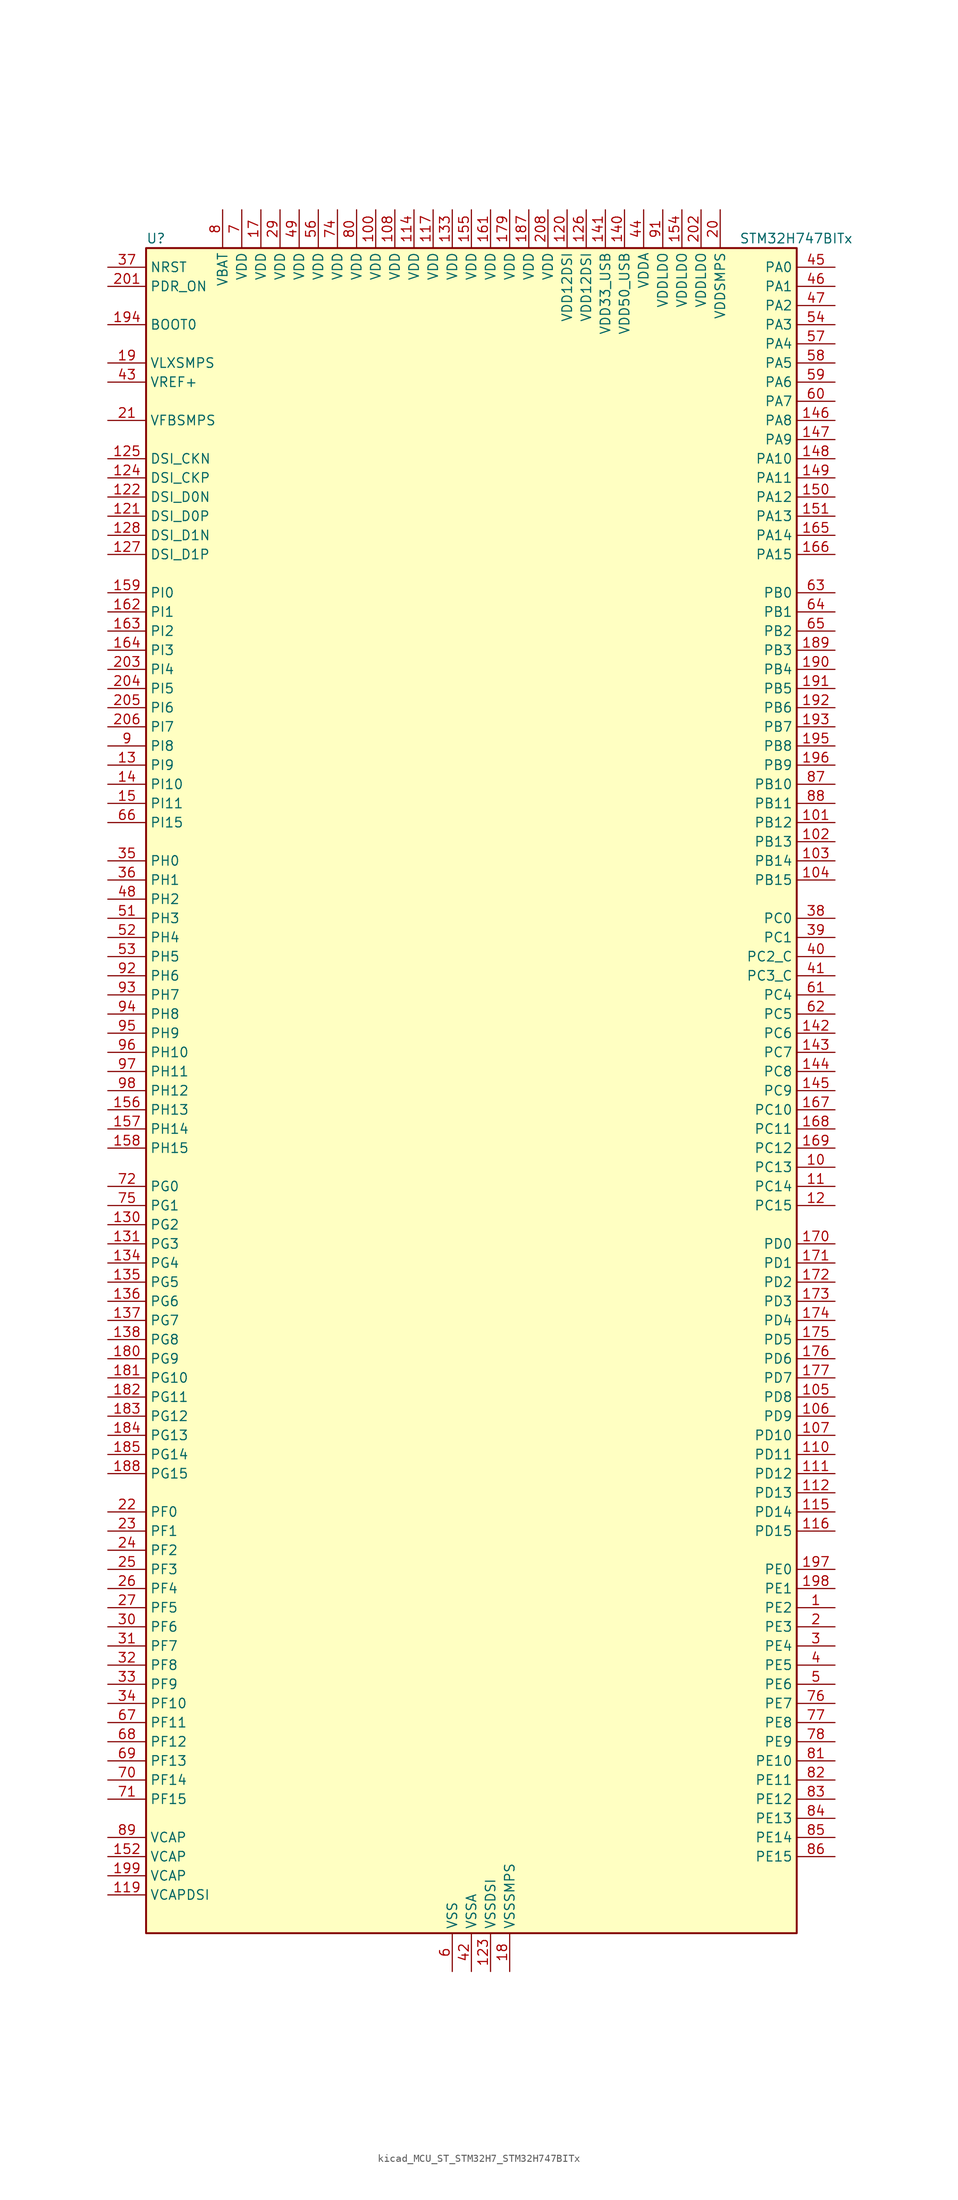
<source format=kicad_sym>
(kicad_symbol_lib
  (version 20220914)
  (generator kicad_symbol_editor)
  (symbol "kicad_MCU_ST_STM32H7_STM32H747BITx"
    (property "Reference" "U"
      (at -43.18 113.03 0)
      (effects (font (size 1.27 1.27)) (justify left)))
    (property "Value" "STM32H747BITx"
      (at 35.56 113.03 0)
      (effects (font (size 1.27 1.27)) (justify left)))
    (property "ki_locked" ""
      (at 0 0 0)
      (effects (font (size 1.27 1.27))))
    (symbol "kicad_MCU_ST_STM32H7_STM32H747BITx_0_1"
      (rectangle (start -43.18 -111.76) (end 43.18 111.76) (stroke (width 0.254) (type default)) (fill (type background))))
    (symbol "kicad_MCU_ST_STM32H7_STM32H747BITx_1_1"
      (pin bidirectional line (at 48.26 -68.58 180) (length 5.08) (name "PE2" (effects (font (size 1.27 1.27)))) (number "1" (effects (font (size 1.27 1.27)))) (alternate "DEBUG_TRACECLK" bidirectional line) (alternate "ETH_TXD3" bidirectional line) (alternate "FMC_A23" bidirectional line) (alternate "QUADSPI_BK1_IO2" bidirectional line) (alternate "SAI1_CK1" bidirectional line) (alternate "SAI1_MCLK_A" bidirectional line) (alternate "SAI4_CK1" bidirectional line) (alternate "SAI4_MCLK_A" bidirectional line) (alternate "SPI4_SCK" bidirectional line))
      (pin bidirectional line (at 48.26 -10.16 180) (length 5.08) (name "PC13" (effects (font (size 1.27 1.27)))) (number "10" (effects (font (size 1.27 1.27)))) (alternate "PWR_WKUP2" bidirectional line) (alternate "RTC_OUT_ALARM" bidirectional line) (alternate "RTC_OUT_CALIB" bidirectional line) (alternate "RTC_TAMP1" bidirectional line) (alternate "RTC_TS" bidirectional line))
      (pin power_in line (at -12.7 116.84 270) (length 5.08) (name "VDD" (effects (font (size 1.27 1.27)))) (number "100" (effects (font (size 1.27 1.27)))))
      (pin bidirectional line (at 48.26 35.56 180) (length 5.08) (name "PB12" (effects (font (size 1.27 1.27)))) (number "101" (effects (font (size 1.27 1.27)))) (alternate "DFSDM1_DATIN1" bidirectional line) (alternate "ETH_TXD0" bidirectional line) (alternate "FDCAN2_RX" bidirectional line) (alternate "I2C2_SMBA" bidirectional line) (alternate "I2S2_WS" bidirectional line) (alternate "SPI2_NSS" bidirectional line) (alternate "TIM1_BKIN" bidirectional line) (alternate "TIM1_BKIN_COMP1" bidirectional line) (alternate "TIM1_BKIN_COMP2" bidirectional line) (alternate "UART5_RX" bidirectional line) (alternate "USART3_CK" bidirectional line) (alternate "USB_OTG_HS_ID" bidirectional line) (alternate "USB_OTG_HS_ULPI_D5" bidirectional line))
      (pin bidirectional line (at 48.26 33.02 180) (length 5.08) (name "PB13" (effects (font (size 1.27 1.27)))) (number "102" (effects (font (size 1.27 1.27)))) (alternate "DFSDM1_CKIN1" bidirectional line) (alternate "ETH_TXD1" bidirectional line) (alternate "FDCAN2_TX" bidirectional line) (alternate "I2S2_CK" bidirectional line) (alternate "LPTIM2_OUT" bidirectional line) (alternate "SPI2_SCK" bidirectional line) (alternate "TIM1_CH1N" bidirectional line) (alternate "UART5_TX" bidirectional line) (alternate "USART3_CTS" bidirectional line) (alternate "USART3_NSS" bidirectional line) (alternate "USB_OTG_HS_ULPI_D6" bidirectional line) (alternate "USB_OTG_HS_VBUS" bidirectional line))
      (pin bidirectional line (at 48.26 30.48 180) (length 5.08) (name "PB14" (effects (font (size 1.27 1.27)))) (number "103" (effects (font (size 1.27 1.27)))) (alternate "DFSDM1_DATIN2" bidirectional line) (alternate "I2S2_SDI" bidirectional line) (alternate "SDMMC2_D0" bidirectional line) (alternate "SPI2_MISO" bidirectional line) (alternate "TIM12_CH1" bidirectional line) (alternate "TIM1_CH2N" bidirectional line) (alternate "TIM8_CH2N" bidirectional line) (alternate "UART4_DE" bidirectional line) (alternate "UART4_RTS" bidirectional line) (alternate "USART1_TX" bidirectional line) (alternate "USART3_DE" bidirectional line) (alternate "USART3_RTS" bidirectional line) (alternate "USB_OTG_HS_DM" bidirectional line))
      (pin bidirectional line (at 48.26 27.94 180) (length 5.08) (name "PB15" (effects (font (size 1.27 1.27)))) (number "104" (effects (font (size 1.27 1.27)))) (alternate "ADC1_EXTI15" bidirectional line) (alternate "ADC2_EXTI15" bidirectional line) (alternate "ADC3_EXTI15" bidirectional line) (alternate "DFSDM1_CKIN2" bidirectional line) (alternate "I2S2_SDO" bidirectional line) (alternate "RTC_REFIN" bidirectional line) (alternate "SDMMC2_D1" bidirectional line) (alternate "SPI2_MOSI" bidirectional line) (alternate "TIM12_CH2" bidirectional line) (alternate "TIM1_CH3N" bidirectional line) (alternate "TIM8_CH3N" bidirectional line) (alternate "UART4_CTS" bidirectional line) (alternate "USART1_RX" bidirectional line) (alternate "USB_OTG_HS_DP" bidirectional line))
      (pin bidirectional line (at 48.26 -40.64 180) (length 5.08) (name "PD8" (effects (font (size 1.27 1.27)))) (number "105" (effects (font (size 1.27 1.27)))) (alternate "DFSDM1_CKIN3" bidirectional line) (alternate "FMC_D13" bidirectional line) (alternate "FMC_DA13" bidirectional line) (alternate "SAI3_SCK_B" bidirectional line) (alternate "SPDIFRX1_IN1" bidirectional line) (alternate "USART3_TX" bidirectional line))
      (pin bidirectional line (at 48.26 -43.18 180) (length 5.08) (name "PD9" (effects (font (size 1.27 1.27)))) (number "106" (effects (font (size 1.27 1.27)))) (alternate "DAC1_EXTI9" bidirectional line) (alternate "DFSDM1_DATIN3" bidirectional line) (alternate "FMC_D14" bidirectional line) (alternate "FMC_DA14" bidirectional line) (alternate "SAI3_SD_B" bidirectional line) (alternate "USART3_RX" bidirectional line))
      (pin bidirectional line (at 48.26 -45.72 180) (length 5.08) (name "PD10" (effects (font (size 1.27 1.27)))) (number "107" (effects (font (size 1.27 1.27)))) (alternate "DFSDM1_CKOUT" bidirectional line) (alternate "FMC_D15" bidirectional line) (alternate "FMC_DA15" bidirectional line) (alternate "LTDC_B3" bidirectional line) (alternate "SAI3_FS_B" bidirectional line) (alternate "USART3_CK" bidirectional line))
      (pin power_in line (at -10.16 116.84 270) (length 5.08) (name "VDD" (effects (font (size 1.27 1.27)))) (number "108" (effects (font (size 1.27 1.27)))))
      (pin passive line (at -2.54 -116.84 90) (length 5.08) hide (name "VSS" (effects (font (size 1.27 1.27)))) (number "109" (effects (font (size 1.27 1.27)))))
      (pin bidirectional line (at 48.26 -12.7 180) (length 5.08) (name "PC14" (effects (font (size 1.27 1.27)))) (number "11" (effects (font (size 1.27 1.27)))) (alternate "RCC_OSC32_IN" bidirectional line))
      (pin bidirectional line (at 48.26 -48.26 180) (length 5.08) (name "PD11" (effects (font (size 1.27 1.27)))) (number "110" (effects (font (size 1.27 1.27)))) (alternate "ADC1_EXTI11" bidirectional line) (alternate "ADC2_EXTI11" bidirectional line) (alternate "ADC3_EXTI11" bidirectional line) (alternate "FMC_A16" bidirectional line) (alternate "FMC_CLE" bidirectional line) (alternate "I2C4_SMBA" bidirectional line) (alternate "LPTIM2_IN2" bidirectional line) (alternate "QUADSPI_BK1_IO0" bidirectional line) (alternate "SAI2_SD_A" bidirectional line) (alternate "USART3_CTS" bidirectional line) (alternate "USART3_NSS" bidirectional line))
      (pin bidirectional line (at 48.26 -50.8 180) (length 5.08) (name "PD12" (effects (font (size 1.27 1.27)))) (number "111" (effects (font (size 1.27 1.27)))) (alternate "FMC_A17" bidirectional line) (alternate "FMC_ALE" bidirectional line) (alternate "I2C4_SCL" bidirectional line) (alternate "LPTIM1_IN1" bidirectional line) (alternate "LPTIM2_IN1" bidirectional line) (alternate "QUADSPI_BK1_IO1" bidirectional line) (alternate "SAI2_FS_A" bidirectional line) (alternate "TIM4_CH1" bidirectional line) (alternate "USART3_DE" bidirectional line) (alternate "USART3_RTS" bidirectional line))
      (pin bidirectional line (at 48.26 -53.34 180) (length 5.08) (name "PD13" (effects (font (size 1.27 1.27)))) (number "112" (effects (font (size 1.27 1.27)))) (alternate "FMC_A18" bidirectional line) (alternate "I2C4_SDA" bidirectional line) (alternate "LPTIM1_OUT" bidirectional line) (alternate "QUADSPI_BK1_IO3" bidirectional line) (alternate "SAI2_SCK_A" bidirectional line) (alternate "TIM4_CH2" bidirectional line))
      (pin passive line (at -2.54 -116.84 90) (length 5.08) hide (name "VSS" (effects (font (size 1.27 1.27)))) (number "113" (effects (font (size 1.27 1.27)))))
      (pin power_in line (at -7.62 116.84 270) (length 5.08) (name "VDD" (effects (font (size 1.27 1.27)))) (number "114" (effects (font (size 1.27 1.27)))))
      (pin bidirectional line (at 48.26 -55.88 180) (length 5.08) (name "PD14" (effects (font (size 1.27 1.27)))) (number "115" (effects (font (size 1.27 1.27)))) (alternate "FMC_D0" bidirectional line) (alternate "FMC_DA0" bidirectional line) (alternate "SAI3_MCLK_B" bidirectional line) (alternate "TIM4_CH3" bidirectional line) (alternate "UART8_CTS" bidirectional line))
      (pin bidirectional line (at 48.26 -58.42 180) (length 5.08) (name "PD15" (effects (font (size 1.27 1.27)))) (number "116" (effects (font (size 1.27 1.27)))) (alternate "ADC1_EXTI15" bidirectional line) (alternate "ADC2_EXTI15" bidirectional line) (alternate "ADC3_EXTI15" bidirectional line) (alternate "FMC_D1" bidirectional line) (alternate "FMC_DA1" bidirectional line) (alternate "SAI3_MCLK_A" bidirectional line) (alternate "TIM4_CH4" bidirectional line) (alternate "UART8_DE" bidirectional line) (alternate "UART8_RTS" bidirectional line))
      (pin power_in line (at -5.08 116.84 270) (length 5.08) (name "VDD" (effects (font (size 1.27 1.27)))) (number "117" (effects (font (size 1.27 1.27)))))
      (pin passive line (at -2.54 -116.84 90) (length 5.08) hide (name "VSS" (effects (font (size 1.27 1.27)))) (number "118" (effects (font (size 1.27 1.27)))))
      (pin power_out line (at -48.26 -106.68 0) (length 5.08) (name "VCAPDSI" (effects (font (size 1.27 1.27)))) (number "119" (effects (font (size 1.27 1.27)))))
      (pin bidirectional line (at 48.26 -15.24 180) (length 5.08) (name "PC15" (effects (font (size 1.27 1.27)))) (number "12" (effects (font (size 1.27 1.27)))) (alternate "ADC1_EXTI15" bidirectional line) (alternate "ADC2_EXTI15" bidirectional line) (alternate "ADC3_EXTI15" bidirectional line) (alternate "RCC_OSC32_OUT" bidirectional line))
      (pin power_in line (at 12.7 116.84 270) (length 5.08) (name "VDD12DSI" (effects (font (size 1.27 1.27)))) (number "120" (effects (font (size 1.27 1.27)))))
      (pin bidirectional line (at -48.26 76.2 0) (length 5.08) (name "DSI_D0P" (effects (font (size 1.27 1.27)))) (number "121" (effects (font (size 1.27 1.27)))) (alternate "DSIHOST_D0P" bidirectional line))
      (pin bidirectional line (at -48.26 78.74 0) (length 5.08) (name "DSI_D0N" (effects (font (size 1.27 1.27)))) (number "122" (effects (font (size 1.27 1.27)))) (alternate "DSIHOST_D0N" bidirectional line))
      (pin power_in line (at 2.54 -116.84 90) (length 5.08) (name "VSSDSI" (effects (font (size 1.27 1.27)))) (number "123" (effects (font (size 1.27 1.27)))))
      (pin bidirectional line (at -48.26 81.28 0) (length 5.08) (name "DSI_CKP" (effects (font (size 1.27 1.27)))) (number "124" (effects (font (size 1.27 1.27)))) (alternate "DSIHOST_CKP" bidirectional line))
      (pin bidirectional line (at -48.26 83.82 0) (length 5.08) (name "DSI_CKN" (effects (font (size 1.27 1.27)))) (number "125" (effects (font (size 1.27 1.27)))) (alternate "DSIHOST_CKN" bidirectional line))
      (pin power_in line (at 15.24 116.84 270) (length 5.08) (name "VDD12DSI" (effects (font (size 1.27 1.27)))) (number "126" (effects (font (size 1.27 1.27)))))
      (pin bidirectional line (at -48.26 71.12 0) (length 5.08) (name "DSI_D1P" (effects (font (size 1.27 1.27)))) (number "127" (effects (font (size 1.27 1.27)))) (alternate "DSIHOST_D1P" bidirectional line))
      (pin bidirectional line (at -48.26 73.66 0) (length 5.08) (name "DSI_D1N" (effects (font (size 1.27 1.27)))) (number "128" (effects (font (size 1.27 1.27)))) (alternate "DSIHOST_D1N" bidirectional line))
      (pin passive line (at 2.54 -116.84 90) (length 5.08) hide (name "VSSDSI" (effects (font (size 1.27 1.27)))) (number "129" (effects (font (size 1.27 1.27)))))
      (pin bidirectional line (at -48.26 43.18 0) (length 5.08) (name "PI9" (effects (font (size 1.27 1.27)))) (number "13" (effects (font (size 1.27 1.27)))) (alternate "DAC1_EXTI9" bidirectional line) (alternate "FDCAN1_RX" bidirectional line) (alternate "FMC_D30" bidirectional line) (alternate "LTDC_VSYNC" bidirectional line) (alternate "UART4_RX" bidirectional line))
      (pin bidirectional line (at -48.26 -17.78 0) (length 5.08) (name "PG2" (effects (font (size 1.27 1.27)))) (number "130" (effects (font (size 1.27 1.27)))) (alternate "FMC_A12" bidirectional line) (alternate "TIM8_BKIN" bidirectional line) (alternate "TIM8_BKIN_COMP1" bidirectional line) (alternate "TIM8_BKIN_COMP2" bidirectional line))
      (pin bidirectional line (at -48.26 -20.32 0) (length 5.08) (name "PG3" (effects (font (size 1.27 1.27)))) (number "131" (effects (font (size 1.27 1.27)))) (alternate "FMC_A13" bidirectional line) (alternate "TIM8_BKIN2" bidirectional line) (alternate "TIM8_BKIN2_COMP1" bidirectional line) (alternate "TIM8_BKIN2_COMP2" bidirectional line))
      (pin passive line (at -2.54 -116.84 90) (length 5.08) hide (name "VSS" (effects (font (size 1.27 1.27)))) (number "132" (effects (font (size 1.27 1.27)))))
      (pin power_in line (at -2.54 116.84 270) (length 5.08) (name "VDD" (effects (font (size 1.27 1.27)))) (number "133" (effects (font (size 1.27 1.27)))))
      (pin bidirectional line (at -48.26 -22.86 0) (length 5.08) (name "PG4" (effects (font (size 1.27 1.27)))) (number "134" (effects (font (size 1.27 1.27)))) (alternate "FMC_A14" bidirectional line) (alternate "FMC_BA0" bidirectional line) (alternate "TIM1_BKIN2" bidirectional line) (alternate "TIM1_BKIN2_COMP1" bidirectional line) (alternate "TIM1_BKIN2_COMP2" bidirectional line))
      (pin bidirectional line (at -48.26 -25.4 0) (length 5.08) (name "PG5" (effects (font (size 1.27 1.27)))) (number "135" (effects (font (size 1.27 1.27)))) (alternate "FMC_A15" bidirectional line) (alternate "FMC_BA1" bidirectional line) (alternate "TIM1_ETR" bidirectional line))
      (pin bidirectional line (at -48.26 -27.94 0) (length 5.08) (name "PG6" (effects (font (size 1.27 1.27)))) (number "136" (effects (font (size 1.27 1.27)))) (alternate "DCMI_D12" bidirectional line) (alternate "FMC_NE3" bidirectional line) (alternate "HRTIM_CHE1" bidirectional line) (alternate "LTDC_R7" bidirectional line) (alternate "QUADSPI_BK1_NCS" bidirectional line) (alternate "TIM17_BKIN" bidirectional line))
      (pin bidirectional line (at -48.26 -30.48 0) (length 5.08) (name "PG7" (effects (font (size 1.27 1.27)))) (number "137" (effects (font (size 1.27 1.27)))) (alternate "DCMI_D13" bidirectional line) (alternate "FMC_INT" bidirectional line) (alternate "HRTIM_CHE2" bidirectional line) (alternate "LTDC_CLK" bidirectional line) (alternate "SAI1_MCLK_A" bidirectional line) (alternate "USART6_CK" bidirectional line))
      (pin bidirectional line (at -48.26 -33.02 0) (length 5.08) (name "PG8" (effects (font (size 1.27 1.27)))) (number "138" (effects (font (size 1.27 1.27)))) (alternate "ETH_PPS_OUT" bidirectional line) (alternate "FMC_SDCLK" bidirectional line) (alternate "LTDC_G7" bidirectional line) (alternate "SPDIFRX1_IN2" bidirectional line) (alternate "SPI6_NSS" bidirectional line) (alternate "TIM8_ETR" bidirectional line) (alternate "USART6_DE" bidirectional line) (alternate "USART6_RTS" bidirectional line))
      (pin passive line (at -2.54 -116.84 90) (length 5.08) hide (name "VSS" (effects (font (size 1.27 1.27)))) (number "139" (effects (font (size 1.27 1.27)))))
      (pin bidirectional line (at -48.26 40.64 0) (length 5.08) (name "PI10" (effects (font (size 1.27 1.27)))) (number "14" (effects (font (size 1.27 1.27)))) (alternate "ETH_RX_ER" bidirectional line) (alternate "FMC_D31" bidirectional line) (alternate "LTDC_HSYNC" bidirectional line))
      (pin power_in line (at 20.32 116.84 270) (length 5.08) (name "VDD50_USB" (effects (font (size 1.27 1.27)))) (number "140" (effects (font (size 1.27 1.27)))))
      (pin power_in line (at 17.78 116.84 270) (length 5.08) (name "VDD33_USB" (effects (font (size 1.27 1.27)))) (number "141" (effects (font (size 1.27 1.27)))))
      (pin bidirectional line (at 48.26 7.62 180) (length 5.08) (name "PC6" (effects (font (size 1.27 1.27)))) (number "142" (effects (font (size 1.27 1.27)))) (alternate "DCMI_D0" bidirectional line) (alternate "DFSDM1_CKIN3" bidirectional line) (alternate "FMC_NWAIT" bidirectional line) (alternate "HRTIM_CHA1" bidirectional line) (alternate "I2S2_MCK" bidirectional line) (alternate "LTDC_HSYNC" bidirectional line) (alternate "SDMMC1_D0DIR" bidirectional line) (alternate "SDMMC1_D6" bidirectional line) (alternate "SDMMC2_D6" bidirectional line) (alternate "SWPMI1_IO" bidirectional line) (alternate "TIM3_CH1" bidirectional line) (alternate "TIM8_CH1" bidirectional line) (alternate "USART6_TX" bidirectional line))
      (pin bidirectional line (at 48.26 5.08 180) (length 5.08) (name "PC7" (effects (font (size 1.27 1.27)))) (number "143" (effects (font (size 1.27 1.27)))) (alternate "DCMI_D1" bidirectional line) (alternate "DEBUG_TRGIO" bidirectional line) (alternate "DFSDM1_DATIN3" bidirectional line) (alternate "FMC_NE1" bidirectional line) (alternate "HRTIM_CHA2" bidirectional line) (alternate "I2S3_MCK" bidirectional line) (alternate "LTDC_G6" bidirectional line) (alternate "SDMMC1_D123DIR" bidirectional line) (alternate "SDMMC1_D7" bidirectional line) (alternate "SDMMC2_D7" bidirectional line) (alternate "SWPMI1_TX" bidirectional line) (alternate "TIM3_CH2" bidirectional line) (alternate "TIM8_CH2" bidirectional line) (alternate "USART6_RX" bidirectional line))
      (pin bidirectional line (at 48.26 2.54 180) (length 5.08) (name "PC8" (effects (font (size 1.27 1.27)))) (number "144" (effects (font (size 1.27 1.27)))) (alternate "DCMI_D2" bidirectional line) (alternate "DEBUG_TRACED1" bidirectional line) (alternate "FMC_NCE" bidirectional line) (alternate "FMC_NE2" bidirectional line) (alternate "HRTIM_CHB1" bidirectional line) (alternate "SDMMC1_D0" bidirectional line) (alternate "SWPMI1_RX" bidirectional line) (alternate "TIM3_CH3" bidirectional line) (alternate "TIM8_CH3" bidirectional line) (alternate "UART5_DE" bidirectional line) (alternate "UART5_RTS" bidirectional line) (alternate "USART6_CK" bidirectional line))
      (pin bidirectional line (at 48.26 0 180) (length 5.08) (name "PC9" (effects (font (size 1.27 1.27)))) (number "145" (effects (font (size 1.27 1.27)))) (alternate "DAC1_EXTI9" bidirectional line) (alternate "DCMI_D3" bidirectional line) (alternate "I2C3_SDA" bidirectional line) (alternate "I2S_CKIN" bidirectional line) (alternate "LTDC_B2" bidirectional line) (alternate "LTDC_G3" bidirectional line) (alternate "QUADSPI_BK1_IO0" bidirectional line) (alternate "RCC_MCO_2" bidirectional line) (alternate "SDMMC1_D1" bidirectional line) (alternate "SWPMI1_SUSPEND" bidirectional line) (alternate "TIM3_CH4" bidirectional line) (alternate "TIM8_CH4" bidirectional line) (alternate "UART5_CTS" bidirectional line))
      (pin bidirectional line (at 48.26 88.9 180) (length 5.08) (name "PA8" (effects (font (size 1.27 1.27)))) (number "146" (effects (font (size 1.27 1.27)))) (alternate "HRTIM_CHB2" bidirectional line) (alternate "I2C3_SCL" bidirectional line) (alternate "LTDC_B3" bidirectional line) (alternate "LTDC_R6" bidirectional line) (alternate "RCC_MCO_1" bidirectional line) (alternate "TIM1_CH1" bidirectional line) (alternate "TIM8_BKIN2" bidirectional line) (alternate "TIM8_BKIN2_COMP1" bidirectional line) (alternate "TIM8_BKIN2_COMP2" bidirectional line) (alternate "UART7_RX" bidirectional line) (alternate "USART1_CK" bidirectional line) (alternate "USB_OTG_FS_SOF" bidirectional line))
      (pin bidirectional line (at 48.26 86.36 180) (length 5.08) (name "PA9" (effects (font (size 1.27 1.27)))) (number "147" (effects (font (size 1.27 1.27)))) (alternate "DAC1_EXTI9" bidirectional line) (alternate "DCMI_D0" bidirectional line) (alternate "HRTIM_CHC1" bidirectional line) (alternate "I2C3_SMBA" bidirectional line) (alternate "I2S2_CK" bidirectional line) (alternate "LPUART1_TX" bidirectional line) (alternate "LTDC_R5" bidirectional line) (alternate "SPI2_SCK" bidirectional line) (alternate "TIM1_CH2" bidirectional line) (alternate "USART1_TX" bidirectional line) (alternate "USB_OTG_FS_VBUS" bidirectional line))
      (pin bidirectional line (at 48.26 83.82 180) (length 5.08) (name "PA10" (effects (font (size 1.27 1.27)))) (number "148" (effects (font (size 1.27 1.27)))) (alternate "DCMI_D1" bidirectional line) (alternate "HRTIM_CHC2" bidirectional line) (alternate "LPUART1_RX" bidirectional line) (alternate "LTDC_B1" bidirectional line) (alternate "LTDC_B4" bidirectional line) (alternate "MDIOS_MDIO" bidirectional line) (alternate "TIM1_CH3" bidirectional line) (alternate "USART1_RX" bidirectional line) (alternate "USB_OTG_FS_ID" bidirectional line))
      (pin bidirectional line (at 48.26 81.28 180) (length 5.08) (name "PA11" (effects (font (size 1.27 1.27)))) (number "149" (effects (font (size 1.27 1.27)))) (alternate "ADC1_EXTI11" bidirectional line) (alternate "ADC2_EXTI11" bidirectional line) (alternate "ADC3_EXTI11" bidirectional line) (alternate "FDCAN1_RX" bidirectional line) (alternate "HRTIM_CHD1" bidirectional line) (alternate "I2S2_WS" bidirectional line) (alternate "LPUART1_CTS" bidirectional line) (alternate "LTDC_R4" bidirectional line) (alternate "SPI2_NSS" bidirectional line) (alternate "TIM1_CH4" bidirectional line) (alternate "UART4_RX" bidirectional line) (alternate "USART1_CTS" bidirectional line) (alternate "USART1_NSS" bidirectional line) (alternate "USB_OTG_FS_DM" bidirectional line))
      (pin bidirectional line (at -48.26 38.1 0) (length 5.08) (name "PI11" (effects (font (size 1.27 1.27)))) (number "15" (effects (font (size 1.27 1.27)))) (alternate "ADC1_EXTI11" bidirectional line) (alternate "ADC2_EXTI11" bidirectional line) (alternate "ADC3_EXTI11" bidirectional line) (alternate "LTDC_G6" bidirectional line) (alternate "PWR_WKUP4" bidirectional line) (alternate "USB_OTG_HS_ULPI_DIR" bidirectional line))
      (pin bidirectional line (at 48.26 78.74 180) (length 5.08) (name "PA12" (effects (font (size 1.27 1.27)))) (number "150" (effects (font (size 1.27 1.27)))) (alternate "FDCAN1_TX" bidirectional line) (alternate "HRTIM_CHD2" bidirectional line) (alternate "I2S2_CK" bidirectional line) (alternate "LPUART1_DE" bidirectional line) (alternate "LPUART1_RTS" bidirectional line) (alternate "LTDC_R5" bidirectional line) (alternate "SAI2_FS_B" bidirectional line) (alternate "SPI2_SCK" bidirectional line) (alternate "TIM1_ETR" bidirectional line) (alternate "UART4_TX" bidirectional line) (alternate "USART1_DE" bidirectional line) (alternate "USART1_RTS" bidirectional line) (alternate "USB_OTG_FS_DP" bidirectional line))
      (pin bidirectional line (at 48.26 76.2 180) (length 5.08) (name "PA13" (effects (font (size 1.27 1.27)))) (number "151" (effects (font (size 1.27 1.27)))) (alternate "DEBUG_JTMS-SWDIO" bidirectional line))
      (pin power_out line (at -48.26 -101.6 0) (length 5.08) (name "VCAP" (effects (font (size 1.27 1.27)))) (number "152" (effects (font (size 1.27 1.27)))))
      (pin passive line (at -2.54 -116.84 90) (length 5.08) hide (name "VSS" (effects (font (size 1.27 1.27)))) (number "153" (effects (font (size 1.27 1.27)))))
      (pin power_in line (at 27.94 116.84 270) (length 5.08) (name "VDDLDO" (effects (font (size 1.27 1.27)))) (number "154" (effects (font (size 1.27 1.27)))))
      (pin power_in line (at 0 116.84 270) (length 5.08) (name "VDD" (effects (font (size 1.27 1.27)))) (number "155" (effects (font (size 1.27 1.27)))))
      (pin bidirectional line (at -48.26 -2.54 0) (length 5.08) (name "PH13" (effects (font (size 1.27 1.27)))) (number "156" (effects (font (size 1.27 1.27)))) (alternate "FDCAN1_TX" bidirectional line) (alternate "FMC_D21" bidirectional line) (alternate "LTDC_G2" bidirectional line) (alternate "TIM8_CH1N" bidirectional line) (alternate "UART4_TX" bidirectional line))
      (pin bidirectional line (at -48.26 -5.08 0) (length 5.08) (name "PH14" (effects (font (size 1.27 1.27)))) (number "157" (effects (font (size 1.27 1.27)))) (alternate "DCMI_D4" bidirectional line) (alternate "FDCAN1_RX" bidirectional line) (alternate "FMC_D22" bidirectional line) (alternate "LTDC_G3" bidirectional line) (alternate "TIM8_CH2N" bidirectional line) (alternate "UART4_RX" bidirectional line))
      (pin bidirectional line (at -48.26 -7.62 0) (length 5.08) (name "PH15" (effects (font (size 1.27 1.27)))) (number "158" (effects (font (size 1.27 1.27)))) (alternate "ADC1_EXTI15" bidirectional line) (alternate "ADC2_EXTI15" bidirectional line) (alternate "ADC3_EXTI15" bidirectional line) (alternate "DCMI_D11" bidirectional line) (alternate "FMC_D23" bidirectional line) (alternate "LTDC_G4" bidirectional line) (alternate "TIM8_CH3N" bidirectional line))
      (pin bidirectional line (at -48.26 66.04 0) (length 5.08) (name "PI0" (effects (font (size 1.27 1.27)))) (number "159" (effects (font (size 1.27 1.27)))) (alternate "DCMI_D13" bidirectional line) (alternate "FMC_D24" bidirectional line) (alternate "I2S2_WS" bidirectional line) (alternate "LTDC_G5" bidirectional line) (alternate "SPI2_NSS" bidirectional line) (alternate "TIM5_CH4" bidirectional line))
      (pin passive line (at -2.54 -116.84 90) (length 5.08) hide (name "VSS" (effects (font (size 1.27 1.27)))) (number "16" (effects (font (size 1.27 1.27)))))
      (pin passive line (at -2.54 -116.84 90) (length 5.08) hide (name "VSS" (effects (font (size 1.27 1.27)))) (number "160" (effects (font (size 1.27 1.27)))))
      (pin power_in line (at 2.54 116.84 270) (length 5.08) (name "VDD" (effects (font (size 1.27 1.27)))) (number "161" (effects (font (size 1.27 1.27)))))
      (pin bidirectional line (at -48.26 63.5 0) (length 5.08) (name "PI1" (effects (font (size 1.27 1.27)))) (number "162" (effects (font (size 1.27 1.27)))) (alternate "DCMI_D8" bidirectional line) (alternate "FMC_D25" bidirectional line) (alternate "I2S2_CK" bidirectional line) (alternate "LTDC_G6" bidirectional line) (alternate "SPI2_SCK" bidirectional line) (alternate "TIM8_BKIN2" bidirectional line) (alternate "TIM8_BKIN2_COMP1" bidirectional line) (alternate "TIM8_BKIN2_COMP2" bidirectional line))
      (pin bidirectional line (at -48.26 60.96 0) (length 5.08) (name "PI2" (effects (font (size 1.27 1.27)))) (number "163" (effects (font (size 1.27 1.27)))) (alternate "DCMI_D9" bidirectional line) (alternate "FMC_D26" bidirectional line) (alternate "I2S2_SDI" bidirectional line) (alternate "LTDC_G7" bidirectional line) (alternate "SPI2_MISO" bidirectional line) (alternate "TIM8_CH4" bidirectional line))
      (pin bidirectional line (at -48.26 58.42 0) (length 5.08) (name "PI3" (effects (font (size 1.27 1.27)))) (number "164" (effects (font (size 1.27 1.27)))) (alternate "DCMI_D10" bidirectional line) (alternate "FMC_D27" bidirectional line) (alternate "I2S2_SDO" bidirectional line) (alternate "SPI2_MOSI" bidirectional line) (alternate "TIM8_ETR" bidirectional line))
      (pin bidirectional line (at 48.26 73.66 180) (length 5.08) (name "PA14" (effects (font (size 1.27 1.27)))) (number "165" (effects (font (size 1.27 1.27)))) (alternate "DEBUG_JTCK-SWCLK" bidirectional line))
      (pin bidirectional line (at 48.26 71.12 180) (length 5.08) (name "PA15" (effects (font (size 1.27 1.27)))) (number "166" (effects (font (size 1.27 1.27)))) (alternate "ADC1_EXTI15" bidirectional line) (alternate "ADC2_EXTI15" bidirectional line) (alternate "ADC3_EXTI15" bidirectional line) (alternate "CEC" bidirectional line) (alternate "DEBUG_JTDI" bidirectional line) (alternate "DSIHOST_TE" bidirectional line) (alternate "HRTIM_FLT1" bidirectional line) (alternate "I2S1_WS" bidirectional line) (alternate "I2S3_WS" bidirectional line) (alternate "SPI1_NSS" bidirectional line) (alternate "SPI3_NSS" bidirectional line) (alternate "SPI6_NSS" bidirectional line) (alternate "TIM2_CH1" bidirectional line) (alternate "TIM2_ETR" bidirectional line) (alternate "UART4_DE" bidirectional line) (alternate "UART4_RTS" bidirectional line) (alternate "UART7_TX" bidirectional line))
      (pin bidirectional line (at 48.26 -2.54 180) (length 5.08) (name "PC10" (effects (font (size 1.27 1.27)))) (number "167" (effects (font (size 1.27 1.27)))) (alternate "DCMI_D8" bidirectional line) (alternate "DFSDM1_CKIN5" bidirectional line) (alternate "HRTIM_EEV1" bidirectional line) (alternate "I2S3_CK" bidirectional line) (alternate "LTDC_R2" bidirectional line) (alternate "QUADSPI_BK1_IO1" bidirectional line) (alternate "SDMMC1_D2" bidirectional line) (alternate "SPI3_SCK" bidirectional line) (alternate "UART4_TX" bidirectional line) (alternate "USART3_TX" bidirectional line))
      (pin bidirectional line (at 48.26 -5.08 180) (length 5.08) (name "PC11" (effects (font (size 1.27 1.27)))) (number "168" (effects (font (size 1.27 1.27)))) (alternate "ADC1_EXTI11" bidirectional line) (alternate "ADC2_EXTI11" bidirectional line) (alternate "ADC3_EXTI11" bidirectional line) (alternate "DCMI_D4" bidirectional line) (alternate "DFSDM1_DATIN5" bidirectional line) (alternate "HRTIM_FLT2" bidirectional line) (alternate "I2S3_SDI" bidirectional line) (alternate "QUADSPI_BK2_NCS" bidirectional line) (alternate "SDMMC1_D3" bidirectional line) (alternate "SPI3_MISO" bidirectional line) (alternate "UART4_RX" bidirectional line) (alternate "USART3_RX" bidirectional line))
      (pin bidirectional line (at 48.26 -7.62 180) (length 5.08) (name "PC12" (effects (font (size 1.27 1.27)))) (number "169" (effects (font (size 1.27 1.27)))) (alternate "DCMI_D9" bidirectional line) (alternate "DEBUG_TRACED3" bidirectional line) (alternate "HRTIM_EEV2" bidirectional line) (alternate "I2S3_SDO" bidirectional line) (alternate "SDMMC1_CK" bidirectional line) (alternate "SPI3_MOSI" bidirectional line) (alternate "UART5_TX" bidirectional line) (alternate "USART3_CK" bidirectional line))
      (pin power_in line (at -27.94 116.84 270) (length 5.08) (name "VDD" (effects (font (size 1.27 1.27)))) (number "17" (effects (font (size 1.27 1.27)))))
      (pin bidirectional line (at 48.26 -20.32 180) (length 5.08) (name "PD0" (effects (font (size 1.27 1.27)))) (number "170" (effects (font (size 1.27 1.27)))) (alternate "DFSDM1_CKIN6" bidirectional line) (alternate "FDCAN1_RX" bidirectional line) (alternate "FMC_D2" bidirectional line) (alternate "FMC_DA2" bidirectional line) (alternate "SAI3_SCK_A" bidirectional line) (alternate "UART4_RX" bidirectional line))
      (pin bidirectional line (at 48.26 -22.86 180) (length 5.08) (name "PD1" (effects (font (size 1.27 1.27)))) (number "171" (effects (font (size 1.27 1.27)))) (alternate "DFSDM1_DATIN6" bidirectional line) (alternate "FDCAN1_TX" bidirectional line) (alternate "FMC_D3" bidirectional line) (alternate "FMC_DA3" bidirectional line) (alternate "SAI3_SD_A" bidirectional line) (alternate "UART4_TX" bidirectional line))
      (pin bidirectional line (at 48.26 -25.4 180) (length 5.08) (name "PD2" (effects (font (size 1.27 1.27)))) (number "172" (effects (font (size 1.27 1.27)))) (alternate "DCMI_D11" bidirectional line) (alternate "DEBUG_TRACED2" bidirectional line) (alternate "SDMMC1_CMD" bidirectional line) (alternate "TIM3_ETR" bidirectional line) (alternate "UART5_RX" bidirectional line))
      (pin bidirectional line (at 48.26 -27.94 180) (length 5.08) (name "PD3" (effects (font (size 1.27 1.27)))) (number "173" (effects (font (size 1.27 1.27)))) (alternate "DCMI_D5" bidirectional line) (alternate "DFSDM1_CKOUT" bidirectional line) (alternate "FMC_CLK" bidirectional line) (alternate "I2S2_CK" bidirectional line) (alternate "LTDC_G7" bidirectional line) (alternate "SPI2_SCK" bidirectional line) (alternate "USART2_CTS" bidirectional line) (alternate "USART2_NSS" bidirectional line))
      (pin bidirectional line (at 48.26 -30.48 180) (length 5.08) (name "PD4" (effects (font (size 1.27 1.27)))) (number "174" (effects (font (size 1.27 1.27)))) (alternate "FMC_NOE" bidirectional line) (alternate "HRTIM_FLT3" bidirectional line) (alternate "SAI3_FS_A" bidirectional line) (alternate "USART2_DE" bidirectional line) (alternate "USART2_RTS" bidirectional line))
      (pin bidirectional line (at 48.26 -33.02 180) (length 5.08) (name "PD5" (effects (font (size 1.27 1.27)))) (number "175" (effects (font (size 1.27 1.27)))) (alternate "FMC_NWE" bidirectional line) (alternate "HRTIM_EEV3" bidirectional line) (alternate "USART2_TX" bidirectional line))
      (pin bidirectional line (at 48.26 -35.56 180) (length 5.08) (name "PD6" (effects (font (size 1.27 1.27)))) (number "176" (effects (font (size 1.27 1.27)))) (alternate "DCMI_D10" bidirectional line) (alternate "DFSDM1_CKIN4" bidirectional line) (alternate "DFSDM1_DATIN1" bidirectional line) (alternate "FMC_NWAIT" bidirectional line) (alternate "I2S3_SDO" bidirectional line) (alternate "LTDC_B2" bidirectional line) (alternate "SAI1_D1" bidirectional line) (alternate "SAI1_SD_A" bidirectional line) (alternate "SAI4_D1" bidirectional line) (alternate "SAI4_SD_A" bidirectional line) (alternate "SDMMC2_CK" bidirectional line) (alternate "SPI3_MOSI" bidirectional line) (alternate "USART2_RX" bidirectional line))
      (pin bidirectional line (at 48.26 -38.1 180) (length 5.08) (name "PD7" (effects (font (size 1.27 1.27)))) (number "177" (effects (font (size 1.27 1.27)))) (alternate "DFSDM1_CKIN1" bidirectional line) (alternate "DFSDM1_DATIN4" bidirectional line) (alternate "FMC_NE1" bidirectional line) (alternate "I2S1_SDO" bidirectional line) (alternate "SDMMC2_CMD" bidirectional line) (alternate "SPDIFRX1_IN0" bidirectional line) (alternate "SPI1_MOSI" bidirectional line) (alternate "USART2_CK" bidirectional line))
      (pin passive line (at -2.54 -116.84 90) (length 5.08) hide (name "VSS" (effects (font (size 1.27 1.27)))) (number "178" (effects (font (size 1.27 1.27)))))
      (pin power_in line (at 5.08 116.84 270) (length 5.08) (name "VDD" (effects (font (size 1.27 1.27)))) (number "179" (effects (font (size 1.27 1.27)))))
      (pin power_in line (at 5.08 -116.84 90) (length 5.08) (name "VSSSMPS" (effects (font (size 1.27 1.27)))) (number "18" (effects (font (size 1.27 1.27)))))
      (pin bidirectional line (at -48.26 -35.56 0) (length 5.08) (name "PG9" (effects (font (size 1.27 1.27)))) (number "180" (effects (font (size 1.27 1.27)))) (alternate "DAC1_EXTI9" bidirectional line) (alternate "DCMI_VSYNC" bidirectional line) (alternate "FMC_NCE" bidirectional line) (alternate "FMC_NE2" bidirectional line) (alternate "I2S1_SDI" bidirectional line) (alternate "QUADSPI_BK2_IO2" bidirectional line) (alternate "SAI2_FS_B" bidirectional line) (alternate "SPDIFRX1_IN3" bidirectional line) (alternate "SPI1_MISO" bidirectional line) (alternate "USART6_RX" bidirectional line))
      (pin bidirectional line (at -48.26 -38.1 0) (length 5.08) (name "PG10" (effects (font (size 1.27 1.27)))) (number "181" (effects (font (size 1.27 1.27)))) (alternate "DCMI_D2" bidirectional line) (alternate "FMC_NE3" bidirectional line) (alternate "HRTIM_FLT5" bidirectional line) (alternate "I2S1_WS" bidirectional line) (alternate "LTDC_B2" bidirectional line) (alternate "LTDC_G3" bidirectional line) (alternate "SAI2_SD_B" bidirectional line) (alternate "SPI1_NSS" bidirectional line))
      (pin bidirectional line (at -48.26 -40.64 0) (length 5.08) (name "PG11" (effects (font (size 1.27 1.27)))) (number "182" (effects (font (size 1.27 1.27)))) (alternate "ADC1_EXTI11" bidirectional line) (alternate "ADC2_EXTI11" bidirectional line) (alternate "ADC3_EXTI11" bidirectional line) (alternate "DCMI_D3" bidirectional line) (alternate "ETH_TX_EN" bidirectional line) (alternate "HRTIM_EEV4" bidirectional line) (alternate "I2S1_CK" bidirectional line) (alternate "LPTIM1_IN2" bidirectional line) (alternate "LTDC_B3" bidirectional line) (alternate "SDMMC2_D2" bidirectional line) (alternate "SPDIFRX1_IN0" bidirectional line) (alternate "SPI1_SCK" bidirectional line))
      (pin bidirectional line (at -48.26 -43.18 0) (length 5.08) (name "PG12" (effects (font (size 1.27 1.27)))) (number "183" (effects (font (size 1.27 1.27)))) (alternate "ETH_TXD1" bidirectional line) (alternate "FMC_NE4" bidirectional line) (alternate "HRTIM_EEV5" bidirectional line) (alternate "LPTIM1_IN1" bidirectional line) (alternate "LTDC_B1" bidirectional line) (alternate "LTDC_B4" bidirectional line) (alternate "SPDIFRX1_IN1" bidirectional line) (alternate "SPI6_MISO" bidirectional line) (alternate "USART6_DE" bidirectional line) (alternate "USART6_RTS" bidirectional line))
      (pin bidirectional line (at -48.26 -45.72 0) (length 5.08) (name "PG13" (effects (font (size 1.27 1.27)))) (number "184" (effects (font (size 1.27 1.27)))) (alternate "DEBUG_TRACED0" bidirectional line) (alternate "ETH_TXD0" bidirectional line) (alternate "FMC_A24" bidirectional line) (alternate "HRTIM_EEV10" bidirectional line) (alternate "LPTIM1_OUT" bidirectional line) (alternate "LTDC_R0" bidirectional line) (alternate "SPI6_SCK" bidirectional line) (alternate "USART6_CTS" bidirectional line) (alternate "USART6_NSS" bidirectional line))
      (pin bidirectional line (at -48.26 -48.26 0) (length 5.08) (name "PG14" (effects (font (size 1.27 1.27)))) (number "185" (effects (font (size 1.27 1.27)))) (alternate "DEBUG_TRACED1" bidirectional line) (alternate "ETH_TXD1" bidirectional line) (alternate "FMC_A25" bidirectional line) (alternate "LPTIM1_ETR" bidirectional line) (alternate "LTDC_B0" bidirectional line) (alternate "QUADSPI_BK2_IO3" bidirectional line) (alternate "SPI6_MOSI" bidirectional line) (alternate "USART6_TX" bidirectional line))
      (pin passive line (at -2.54 -116.84 90) (length 5.08) hide (name "VSS" (effects (font (size 1.27 1.27)))) (number "186" (effects (font (size 1.27 1.27)))))
      (pin power_in line (at 7.62 116.84 270) (length 5.08) (name "VDD" (effects (font (size 1.27 1.27)))) (number "187" (effects (font (size 1.27 1.27)))))
      (pin bidirectional line (at -48.26 -50.8 0) (length 5.08) (name "PG15" (effects (font (size 1.27 1.27)))) (number "188" (effects (font (size 1.27 1.27)))) (alternate "ADC1_EXTI15" bidirectional line) (alternate "ADC2_EXTI15" bidirectional line) (alternate "ADC3_EXTI15" bidirectional line) (alternate "DCMI_D13" bidirectional line) (alternate "FMC_SDNCAS" bidirectional line) (alternate "USART6_CTS" bidirectional line) (alternate "USART6_NSS" bidirectional line))
      (pin bidirectional line (at 48.26 58.42 180) (length 5.08) (name "PB3" (effects (font (size 1.27 1.27)))) (number "189" (effects (font (size 1.27 1.27)))) (alternate "CRS_SYNC" bidirectional line) (alternate "DEBUG_JTDO-SWO" bidirectional line) (alternate "HRTIM_FLT4" bidirectional line) (alternate "I2S1_CK" bidirectional line) (alternate "I2S3_CK" bidirectional line) (alternate "SDMMC2_D2" bidirectional line) (alternate "SPI1_SCK" bidirectional line) (alternate "SPI3_SCK" bidirectional line) (alternate "SPI6_SCK" bidirectional line) (alternate "TIM2_CH2" bidirectional line) (alternate "UART7_RX" bidirectional line))
      (pin power_in line (at -48.26 96.52 0) (length 5.08) (name "VLXSMPS" (effects (font (size 1.27 1.27)))) (number "19" (effects (font (size 1.27 1.27)))))
      (pin bidirectional line (at 48.26 55.88 180) (length 5.08) (name "PB4" (effects (font (size 1.27 1.27)))) (number "190" (effects (font (size 1.27 1.27)))) (alternate "DEBUG_JTRST" bidirectional line) (alternate "HRTIM_EEV6" bidirectional line) (alternate "I2S1_SDI" bidirectional line) (alternate "I2S2_WS" bidirectional line) (alternate "I2S3_SDI" bidirectional line) (alternate "SDMMC2_D3" bidirectional line) (alternate "SPI1_MISO" bidirectional line) (alternate "SPI2_NSS" bidirectional line) (alternate "SPI3_MISO" bidirectional line) (alternate "SPI6_MISO" bidirectional line) (alternate "TIM16_BKIN" bidirectional line) (alternate "TIM3_CH1" bidirectional line) (alternate "UART7_TX" bidirectional line))
      (pin bidirectional line (at 48.26 53.34 180) (length 5.08) (name "PB5" (effects (font (size 1.27 1.27)))) (number "191" (effects (font (size 1.27 1.27)))) (alternate "DCMI_D10" bidirectional line) (alternate "ETH_PPS_OUT" bidirectional line) (alternate "FDCAN2_RX" bidirectional line) (alternate "FMC_SDCKE1" bidirectional line) (alternate "HRTIM_EEV7" bidirectional line) (alternate "I2C1_SMBA" bidirectional line) (alternate "I2C4_SMBA" bidirectional line) (alternate "I2S1_SDO" bidirectional line) (alternate "I2S3_SDO" bidirectional line) (alternate "SPI1_MOSI" bidirectional line) (alternate "SPI3_MOSI" bidirectional line) (alternate "SPI6_MOSI" bidirectional line) (alternate "TIM17_BKIN" bidirectional line) (alternate "TIM3_CH2" bidirectional line) (alternate "UART5_RX" bidirectional line) (alternate "USB_OTG_HS_ULPI_D7" bidirectional line))
      (pin bidirectional line (at 48.26 50.8 180) (length 5.08) (name "PB6" (effects (font (size 1.27 1.27)))) (number "192" (effects (font (size 1.27 1.27)))) (alternate "CEC" bidirectional line) (alternate "DCMI_D5" bidirectional line) (alternate "DFSDM1_DATIN5" bidirectional line) (alternate "FDCAN2_TX" bidirectional line) (alternate "FMC_SDNE1" bidirectional line) (alternate "HRTIM_EEV8" bidirectional line) (alternate "I2C1_SCL" bidirectional line) (alternate "I2C4_SCL" bidirectional line) (alternate "LPUART1_TX" bidirectional line) (alternate "QUADSPI_BK1_NCS" bidirectional line) (alternate "TIM16_CH1N" bidirectional line) (alternate "TIM4_CH1" bidirectional line) (alternate "UART5_TX" bidirectional line) (alternate "USART1_TX" bidirectional line))
      (pin bidirectional line (at 48.26 48.26 180) (length 5.08) (name "PB7" (effects (font (size 1.27 1.27)))) (number "193" (effects (font (size 1.27 1.27)))) (alternate "DCMI_VSYNC" bidirectional line) (alternate "DFSDM1_CKIN5" bidirectional line) (alternate "FMC_NL" bidirectional line) (alternate "HRTIM_EEV9" bidirectional line) (alternate "I2C1_SDA" bidirectional line) (alternate "I2C4_SDA" bidirectional line) (alternate "LPUART1_RX" bidirectional line) (alternate "PWR_PVD_IN" bidirectional line) (alternate "TIM17_CH1N" bidirectional line) (alternate "TIM4_CH2" bidirectional line) (alternate "USART1_RX" bidirectional line))
      (pin input line (at -48.26 101.6 0) (length 5.08) (name "BOOT0" (effects (font (size 1.27 1.27)))) (number "194" (effects (font (size 1.27 1.27)))))
      (pin bidirectional line (at 48.26 45.72 180) (length 5.08) (name "PB8" (effects (font (size 1.27 1.27)))) (number "195" (effects (font (size 1.27 1.27)))) (alternate "DCMI_D6" bidirectional line) (alternate "DFSDM1_CKIN7" bidirectional line) (alternate "ETH_TXD3" bidirectional line) (alternate "FDCAN1_RX" bidirectional line) (alternate "I2C1_SCL" bidirectional line) (alternate "I2C4_SCL" bidirectional line) (alternate "LTDC_B6" bidirectional line) (alternate "SDMMC1_CKIN" bidirectional line) (alternate "SDMMC1_D4" bidirectional line) (alternate "SDMMC2_D4" bidirectional line) (alternate "TIM16_CH1" bidirectional line) (alternate "TIM4_CH3" bidirectional line) (alternate "UART4_RX" bidirectional line))
      (pin bidirectional line (at 48.26 43.18 180) (length 5.08) (name "PB9" (effects (font (size 1.27 1.27)))) (number "196" (effects (font (size 1.27 1.27)))) (alternate "DAC1_EXTI9" bidirectional line) (alternate "DCMI_D7" bidirectional line) (alternate "DFSDM1_DATIN7" bidirectional line) (alternate "FDCAN1_TX" bidirectional line) (alternate "I2C1_SDA" bidirectional line) (alternate "I2C4_SDA" bidirectional line) (alternate "I2C4_SMBA" bidirectional line) (alternate "I2S2_WS" bidirectional line) (alternate "LTDC_B7" bidirectional line) (alternate "SDMMC1_CDIR" bidirectional line) (alternate "SDMMC1_D5" bidirectional line) (alternate "SDMMC2_D5" bidirectional line) (alternate "SPI2_NSS" bidirectional line) (alternate "TIM17_CH1" bidirectional line) (alternate "TIM4_CH4" bidirectional line) (alternate "UART4_TX" bidirectional line))
      (pin bidirectional line (at 48.26 -63.5 180) (length 5.08) (name "PE0" (effects (font (size 1.27 1.27)))) (number "197" (effects (font (size 1.27 1.27)))) (alternate "DCMI_D2" bidirectional line) (alternate "FMC_NBL0" bidirectional line) (alternate "HRTIM_SCIN" bidirectional line) (alternate "LPTIM1_ETR" bidirectional line) (alternate "LPTIM2_ETR" bidirectional line) (alternate "SAI2_MCLK_A" bidirectional line) (alternate "TIM4_ETR" bidirectional line) (alternate "UART8_RX" bidirectional line))
      (pin bidirectional line (at 48.26 -66.04 180) (length 5.08) (name "PE1" (effects (font (size 1.27 1.27)))) (number "198" (effects (font (size 1.27 1.27)))) (alternate "DCMI_D3" bidirectional line) (alternate "FMC_NBL1" bidirectional line) (alternate "HRTIM_SCOUT" bidirectional line) (alternate "LPTIM1_IN2" bidirectional line) (alternate "UART8_TX" bidirectional line))
      (pin power_out line (at -48.26 -104.14 0) (length 5.08) (name "VCAP" (effects (font (size 1.27 1.27)))) (number "199" (effects (font (size 1.27 1.27)))))
      (pin bidirectional line (at 48.26 -71.12 180) (length 5.08) (name "PE3" (effects (font (size 1.27 1.27)))) (number "2" (effects (font (size 1.27 1.27)))) (alternate "DEBUG_TRACED0" bidirectional line) (alternate "FMC_A19" bidirectional line) (alternate "SAI1_SD_B" bidirectional line) (alternate "SAI4_SD_B" bidirectional line) (alternate "TIM15_BKIN" bidirectional line))
      (pin power_in line (at 33.02 116.84 270) (length 5.08) (name "VDDSMPS" (effects (font (size 1.27 1.27)))) (number "20" (effects (font (size 1.27 1.27)))))
      (pin passive line (at -2.54 -116.84 90) (length 5.08) hide (name "VSS" (effects (font (size 1.27 1.27)))) (number "200" (effects (font (size 1.27 1.27)))))
      (pin input line (at -48.26 106.68 0) (length 5.08) (name "PDR_ON" (effects (font (size 1.27 1.27)))) (number "201" (effects (font (size 1.27 1.27)))))
      (pin power_in line (at 30.48 116.84 270) (length 5.08) (name "VDDLDO" (effects (font (size 1.27 1.27)))) (number "202" (effects (font (size 1.27 1.27)))))
      (pin bidirectional line (at -48.26 55.88 0) (length 5.08) (name "PI4" (effects (font (size 1.27 1.27)))) (number "203" (effects (font (size 1.27 1.27)))) (alternate "DCMI_D5" bidirectional line) (alternate "FMC_NBL2" bidirectional line) (alternate "LTDC_B4" bidirectional line) (alternate "SAI2_MCLK_A" bidirectional line) (alternate "TIM8_BKIN" bidirectional line) (alternate "TIM8_BKIN_COMP1" bidirectional line) (alternate "TIM8_BKIN_COMP2" bidirectional line))
      (pin bidirectional line (at -48.26 53.34 0) (length 5.08) (name "PI5" (effects (font (size 1.27 1.27)))) (number "204" (effects (font (size 1.27 1.27)))) (alternate "DCMI_VSYNC" bidirectional line) (alternate "FMC_NBL3" bidirectional line) (alternate "LTDC_B5" bidirectional line) (alternate "SAI2_SCK_A" bidirectional line) (alternate "TIM8_CH1" bidirectional line))
      (pin bidirectional line (at -48.26 50.8 0) (length 5.08) (name "PI6" (effects (font (size 1.27 1.27)))) (number "205" (effects (font (size 1.27 1.27)))) (alternate "DCMI_D6" bidirectional line) (alternate "FMC_D28" bidirectional line) (alternate "LTDC_B6" bidirectional line) (alternate "SAI2_SD_A" bidirectional line) (alternate "TIM8_CH2" bidirectional line))
      (pin bidirectional line (at -48.26 48.26 0) (length 5.08) (name "PI7" (effects (font (size 1.27 1.27)))) (number "206" (effects (font (size 1.27 1.27)))) (alternate "DCMI_D7" bidirectional line) (alternate "FMC_D29" bidirectional line) (alternate "LTDC_B7" bidirectional line) (alternate "SAI2_FS_A" bidirectional line) (alternate "TIM8_CH3" bidirectional line))
      (pin passive line (at -2.54 -116.84 90) (length 5.08) hide (name "VSS" (effects (font (size 1.27 1.27)))) (number "207" (effects (font (size 1.27 1.27)))))
      (pin power_in line (at 10.16 116.84 270) (length 5.08) (name "VDD" (effects (font (size 1.27 1.27)))) (number "208" (effects (font (size 1.27 1.27)))))
      (pin input line (at -48.26 88.9 0) (length 5.08) (name "VFBSMPS" (effects (font (size 1.27 1.27)))) (number "21" (effects (font (size 1.27 1.27)))))
      (pin bidirectional line (at -48.26 -55.88 0) (length 5.08) (name "PF0" (effects (font (size 1.27 1.27)))) (number "22" (effects (font (size 1.27 1.27)))) (alternate "FMC_A0" bidirectional line) (alternate "I2C2_SDA" bidirectional line))
      (pin bidirectional line (at -48.26 -58.42 0) (length 5.08) (name "PF1" (effects (font (size 1.27 1.27)))) (number "23" (effects (font (size 1.27 1.27)))) (alternate "FMC_A1" bidirectional line) (alternate "I2C2_SCL" bidirectional line))
      (pin bidirectional line (at -48.26 -60.96 0) (length 5.08) (name "PF2" (effects (font (size 1.27 1.27)))) (number "24" (effects (font (size 1.27 1.27)))) (alternate "FMC_A2" bidirectional line) (alternate "I2C2_SMBA" bidirectional line))
      (pin bidirectional line (at -48.26 -63.5 0) (length 5.08) (name "PF3" (effects (font (size 1.27 1.27)))) (number "25" (effects (font (size 1.27 1.27)))) (alternate "ADC3_INP5" bidirectional line) (alternate "FMC_A3" bidirectional line))
      (pin bidirectional line (at -48.26 -66.04 0) (length 5.08) (name "PF4" (effects (font (size 1.27 1.27)))) (number "26" (effects (font (size 1.27 1.27)))) (alternate "ADC3_INN5" bidirectional line) (alternate "ADC3_INP9" bidirectional line) (alternate "FMC_A4" bidirectional line))
      (pin bidirectional line (at -48.26 -68.58 0) (length 5.08) (name "PF5" (effects (font (size 1.27 1.27)))) (number "27" (effects (font (size 1.27 1.27)))) (alternate "ADC3_INP4" bidirectional line) (alternate "FMC_A5" bidirectional line))
      (pin passive line (at -2.54 -116.84 90) (length 5.08) hide (name "VSS" (effects (font (size 1.27 1.27)))) (number "28" (effects (font (size 1.27 1.27)))))
      (pin power_in line (at -25.4 116.84 270) (length 5.08) (name "VDD" (effects (font (size 1.27 1.27)))) (number "29" (effects (font (size 1.27 1.27)))))
      (pin bidirectional line (at 48.26 -73.66 180) (length 5.08) (name "PE4" (effects (font (size 1.27 1.27)))) (number "3" (effects (font (size 1.27 1.27)))) (alternate "DCMI_D4" bidirectional line) (alternate "DEBUG_TRACED1" bidirectional line) (alternate "DFSDM1_DATIN3" bidirectional line) (alternate "FMC_A20" bidirectional line) (alternate "LTDC_B0" bidirectional line) (alternate "SAI1_D2" bidirectional line) (alternate "SAI1_FS_A" bidirectional line) (alternate "SAI4_D2" bidirectional line) (alternate "SAI4_FS_A" bidirectional line) (alternate "SPI4_NSS" bidirectional line) (alternate "TIM15_CH1N" bidirectional line))
      (pin bidirectional line (at -48.26 -71.12 0) (length 5.08) (name "PF6" (effects (font (size 1.27 1.27)))) (number "30" (effects (font (size 1.27 1.27)))) (alternate "ADC3_INN4" bidirectional line) (alternate "ADC3_INP8" bidirectional line) (alternate "QUADSPI_BK1_IO3" bidirectional line) (alternate "SAI1_SD_B" bidirectional line) (alternate "SAI4_SD_B" bidirectional line) (alternate "SPI5_NSS" bidirectional line) (alternate "TIM16_CH1" bidirectional line) (alternate "UART7_RX" bidirectional line))
      (pin bidirectional line (at -48.26 -73.66 0) (length 5.08) (name "PF7" (effects (font (size 1.27 1.27)))) (number "31" (effects (font (size 1.27 1.27)))) (alternate "ADC3_INP3" bidirectional line) (alternate "QUADSPI_BK1_IO2" bidirectional line) (alternate "SAI1_MCLK_B" bidirectional line) (alternate "SAI4_MCLK_B" bidirectional line) (alternate "SPI5_SCK" bidirectional line) (alternate "TIM17_CH1" bidirectional line) (alternate "UART7_TX" bidirectional line))
      (pin bidirectional line (at -48.26 -76.2 0) (length 5.08) (name "PF8" (effects (font (size 1.27 1.27)))) (number "32" (effects (font (size 1.27 1.27)))) (alternate "ADC3_INN3" bidirectional line) (alternate "ADC3_INP7" bidirectional line) (alternate "QUADSPI_BK1_IO0" bidirectional line) (alternate "SAI1_SCK_B" bidirectional line) (alternate "SAI4_SCK_B" bidirectional line) (alternate "SPI5_MISO" bidirectional line) (alternate "TIM13_CH1" bidirectional line) (alternate "TIM16_CH1N" bidirectional line) (alternate "UART7_DE" bidirectional line) (alternate "UART7_RTS" bidirectional line))
      (pin bidirectional line (at -48.26 -78.74 0) (length 5.08) (name "PF9" (effects (font (size 1.27 1.27)))) (number "33" (effects (font (size 1.27 1.27)))) (alternate "ADC3_INP2" bidirectional line) (alternate "DAC1_EXTI9" bidirectional line) (alternate "QUADSPI_BK1_IO1" bidirectional line) (alternate "SAI1_FS_B" bidirectional line) (alternate "SAI4_FS_B" bidirectional line) (alternate "SPI5_MOSI" bidirectional line) (alternate "TIM14_CH1" bidirectional line) (alternate "TIM17_CH1N" bidirectional line) (alternate "UART7_CTS" bidirectional line))
      (pin bidirectional line (at -48.26 -81.28 0) (length 5.08) (name "PF10" (effects (font (size 1.27 1.27)))) (number "34" (effects (font (size 1.27 1.27)))) (alternate "ADC3_INN2" bidirectional line) (alternate "ADC3_INP6" bidirectional line) (alternate "DCMI_D11" bidirectional line) (alternate "LTDC_DE" bidirectional line) (alternate "QUADSPI_CLK" bidirectional line) (alternate "SAI1_D3" bidirectional line) (alternate "SAI4_D3" bidirectional line) (alternate "TIM16_BKIN" bidirectional line))
      (pin bidirectional line (at -48.26 30.48 0) (length 5.08) (name "PH0" (effects (font (size 1.27 1.27)))) (number "35" (effects (font (size 1.27 1.27)))) (alternate "RCC_OSC_IN" bidirectional line))
      (pin bidirectional line (at -48.26 27.94 0) (length 5.08) (name "PH1" (effects (font (size 1.27 1.27)))) (number "36" (effects (font (size 1.27 1.27)))) (alternate "RCC_OSC_OUT" bidirectional line))
      (pin input line (at -48.26 109.22 0) (length 5.08) (name "NRST" (effects (font (size 1.27 1.27)))) (number "37" (effects (font (size 1.27 1.27)))))
      (pin bidirectional line (at 48.26 22.86 180) (length 5.08) (name "PC0" (effects (font (size 1.27 1.27)))) (number "38" (effects (font (size 1.27 1.27)))) (alternate "ADC1_INP10" bidirectional line) (alternate "ADC2_INP10" bidirectional line) (alternate "ADC3_INP10" bidirectional line) (alternate "DFSDM1_CKIN0" bidirectional line) (alternate "DFSDM1_DATIN4" bidirectional line) (alternate "FMC_SDNWE" bidirectional line) (alternate "LTDC_R5" bidirectional line) (alternate "SAI2_FS_B" bidirectional line) (alternate "USB_OTG_HS_ULPI_STP" bidirectional line))
      (pin bidirectional line (at 48.26 20.32 180) (length 5.08) (name "PC1" (effects (font (size 1.27 1.27)))) (number "39" (effects (font (size 1.27 1.27)))) (alternate "ADC1_INN10" bidirectional line) (alternate "ADC1_INP11" bidirectional line) (alternate "ADC2_INN10" bidirectional line) (alternate "ADC2_INP11" bidirectional line) (alternate "ADC3_INN10" bidirectional line) (alternate "ADC3_INP11" bidirectional line) (alternate "DEBUG_TRACED0" bidirectional line) (alternate "DFSDM1_CKIN4" bidirectional line) (alternate "DFSDM1_DATIN0" bidirectional line) (alternate "ETH_MDC" bidirectional line) (alternate "I2S2_SDO" bidirectional line) (alternate "MDIOS_MDC" bidirectional line) (alternate "PWR_WKUP5" bidirectional line) (alternate "RTC_TAMP3" bidirectional line) (alternate "SAI1_D1" bidirectional line) (alternate "SAI1_SD_A" bidirectional line) (alternate "SAI4_D1" bidirectional line) (alternate "SAI4_SD_A" bidirectional line) (alternate "SDMMC2_CK" bidirectional line) (alternate "SPI2_MOSI" bidirectional line))
      (pin bidirectional line (at 48.26 -76.2 180) (length 5.08) (name "PE5" (effects (font (size 1.27 1.27)))) (number "4" (effects (font (size 1.27 1.27)))) (alternate "DCMI_D6" bidirectional line) (alternate "DEBUG_TRACED2" bidirectional line) (alternate "DFSDM1_CKIN3" bidirectional line) (alternate "FMC_A21" bidirectional line) (alternate "LTDC_G0" bidirectional line) (alternate "SAI1_CK2" bidirectional line) (alternate "SAI1_SCK_A" bidirectional line) (alternate "SAI4_CK2" bidirectional line) (alternate "SAI4_SCK_A" bidirectional line) (alternate "SPI4_MISO" bidirectional line) (alternate "TIM15_CH1" bidirectional line))
      (pin bidirectional line (at 48.26 17.78 180) (length 5.08) (name "PC2_C" (effects (font (size 1.27 1.27)))) (number "40" (effects (font (size 1.27 1.27)))) (alternate "ADC3_INN1" bidirectional line) (alternate "ADC3_INP0" bidirectional line) (alternate "DFSDM1_CKIN1" bidirectional line) (alternate "DFSDM1_CKOUT" bidirectional line) (alternate "ETH_TXD2" bidirectional line) (alternate "FMC_SDNE0" bidirectional line) (alternate "I2S2_SDI" bidirectional line) (alternate "PWR_CSTOP" bidirectional line) (alternate "SPI2_MISO" bidirectional line) (alternate "USB_OTG_HS_ULPI_DIR" bidirectional line))
      (pin bidirectional line (at 48.26 15.24 180) (length 5.08) (name "PC3_C" (effects (font (size 1.27 1.27)))) (number "41" (effects (font (size 1.27 1.27)))) (alternate "ADC3_INP1" bidirectional line) (alternate "DFSDM1_DATIN1" bidirectional line) (alternate "ETH_TX_CLK" bidirectional line) (alternate "FMC_SDCKE0" bidirectional line) (alternate "I2S2_SDO" bidirectional line) (alternate "PWR_CSLEEP" bidirectional line) (alternate "SPI2_MOSI" bidirectional line) (alternate "USB_OTG_HS_ULPI_NXT" bidirectional line))
      (pin power_in line (at 0 -116.84 90) (length 5.08) (name "VSSA" (effects (font (size 1.27 1.27)))) (number "42" (effects (font (size 1.27 1.27)))))
      (pin input line (at -48.26 93.98 0) (length 5.08) (name "VREF+" (effects (font (size 1.27 1.27)))) (number "43" (effects (font (size 1.27 1.27)))) (alternate "VREFBUF_OUT" bidirectional line))
      (pin power_in line (at 22.86 116.84 270) (length 5.08) (name "VDDA" (effects (font (size 1.27 1.27)))) (number "44" (effects (font (size 1.27 1.27)))))
      (pin bidirectional line (at 48.26 109.22 180) (length 5.08) (name "PA0" (effects (font (size 1.27 1.27)))) (number "45" (effects (font (size 1.27 1.27)))) (alternate "ADC1_INP16" bidirectional line) (alternate "ETH_CRS" bidirectional line) (alternate "PWR_WKUP0" bidirectional line) (alternate "SAI2_SD_B" bidirectional line) (alternate "SDMMC2_CMD" bidirectional line) (alternate "TIM15_BKIN" bidirectional line) (alternate "TIM2_CH1" bidirectional line) (alternate "TIM2_ETR" bidirectional line) (alternate "TIM5_CH1" bidirectional line) (alternate "TIM8_ETR" bidirectional line) (alternate "UART4_TX" bidirectional line) (alternate "USART2_CTS" bidirectional line) (alternate "USART2_NSS" bidirectional line))
      (pin bidirectional line (at 48.26 106.68 180) (length 5.08) (name "PA1" (effects (font (size 1.27 1.27)))) (number "46" (effects (font (size 1.27 1.27)))) (alternate "ADC1_INN16" bidirectional line) (alternate "ADC1_INP17" bidirectional line) (alternate "ETH_REF_CLK" bidirectional line) (alternate "ETH_RX_CLK" bidirectional line) (alternate "LPTIM3_OUT" bidirectional line) (alternate "LTDC_R2" bidirectional line) (alternate "QUADSPI_BK1_IO3" bidirectional line) (alternate "SAI2_MCLK_B" bidirectional line) (alternate "TIM15_CH1N" bidirectional line) (alternate "TIM2_CH2" bidirectional line) (alternate "TIM5_CH2" bidirectional line) (alternate "UART4_RX" bidirectional line) (alternate "USART2_DE" bidirectional line) (alternate "USART2_RTS" bidirectional line))
      (pin bidirectional line (at 48.26 104.14 180) (length 5.08) (name "PA2" (effects (font (size 1.27 1.27)))) (number "47" (effects (font (size 1.27 1.27)))) (alternate "ADC1_INP14" bidirectional line) (alternate "ADC2_INP14" bidirectional line) (alternate "ETH_MDIO" bidirectional line) (alternate "LPTIM4_OUT" bidirectional line) (alternate "LTDC_R1" bidirectional line) (alternate "MDIOS_MDIO" bidirectional line) (alternate "PWR_WKUP1" bidirectional line) (alternate "SAI2_SCK_B" bidirectional line) (alternate "TIM15_CH1" bidirectional line) (alternate "TIM2_CH3" bidirectional line) (alternate "TIM5_CH3" bidirectional line) (alternate "USART2_TX" bidirectional line))
      (pin bidirectional line (at -48.26 25.4 0) (length 5.08) (name "PH2" (effects (font (size 1.27 1.27)))) (number "48" (effects (font (size 1.27 1.27)))) (alternate "ADC3_INP13" bidirectional line) (alternate "ETH_CRS" bidirectional line) (alternate "FMC_SDCKE0" bidirectional line) (alternate "LPTIM1_IN2" bidirectional line) (alternate "LTDC_R0" bidirectional line) (alternate "QUADSPI_BK2_IO0" bidirectional line) (alternate "SAI2_SCK_B" bidirectional line))
      (pin power_in line (at -22.86 116.84 270) (length 5.08) (name "VDD" (effects (font (size 1.27 1.27)))) (number "49" (effects (font (size 1.27 1.27)))))
      (pin bidirectional line (at 48.26 -78.74 180) (length 5.08) (name "PE6" (effects (font (size 1.27 1.27)))) (number "5" (effects (font (size 1.27 1.27)))) (alternate "DCMI_D7" bidirectional line) (alternate "DEBUG_TRACED3" bidirectional line) (alternate "FMC_A22" bidirectional line) (alternate "LTDC_G1" bidirectional line) (alternate "SAI1_D1" bidirectional line) (alternate "SAI1_SD_A" bidirectional line) (alternate "SAI2_MCLK_B" bidirectional line) (alternate "SAI4_D1" bidirectional line) (alternate "SAI4_SD_A" bidirectional line) (alternate "SPI4_MOSI" bidirectional line) (alternate "TIM15_CH2" bidirectional line) (alternate "TIM1_BKIN2" bidirectional line) (alternate "TIM1_BKIN2_COMP1" bidirectional line) (alternate "TIM1_BKIN2_COMP2" bidirectional line))
      (pin passive line (at -2.54 -116.84 90) (length 5.08) hide (name "VSS" (effects (font (size 1.27 1.27)))) (number "50" (effects (font (size 1.27 1.27)))))
      (pin bidirectional line (at -48.26 22.86 0) (length 5.08) (name "PH3" (effects (font (size 1.27 1.27)))) (number "51" (effects (font (size 1.27 1.27)))) (alternate "ADC3_INN13" bidirectional line) (alternate "ADC3_INP14" bidirectional line) (alternate "ETH_COL" bidirectional line) (alternate "FMC_SDNE0" bidirectional line) (alternate "LTDC_R1" bidirectional line) (alternate "QUADSPI_BK2_IO1" bidirectional line) (alternate "SAI2_MCLK_B" bidirectional line))
      (pin bidirectional line (at -48.26 20.32 0) (length 5.08) (name "PH4" (effects (font (size 1.27 1.27)))) (number "52" (effects (font (size 1.27 1.27)))) (alternate "ADC3_INN14" bidirectional line) (alternate "ADC3_INP15" bidirectional line) (alternate "I2C2_SCL" bidirectional line) (alternate "LTDC_G4" bidirectional line) (alternate "LTDC_G5" bidirectional line) (alternate "USB_OTG_HS_ULPI_NXT" bidirectional line))
      (pin bidirectional line (at -48.26 17.78 0) (length 5.08) (name "PH5" (effects (font (size 1.27 1.27)))) (number "53" (effects (font (size 1.27 1.27)))) (alternate "ADC3_INN15" bidirectional line) (alternate "ADC3_INP16" bidirectional line) (alternate "FMC_SDNWE" bidirectional line) (alternate "I2C2_SDA" bidirectional line) (alternate "SPI5_NSS" bidirectional line))
      (pin bidirectional line (at 48.26 101.6 180) (length 5.08) (name "PA3" (effects (font (size 1.27 1.27)))) (number "54" (effects (font (size 1.27 1.27)))) (alternate "ADC1_INP15" bidirectional line) (alternate "ADC2_INP15" bidirectional line) (alternate "ETH_COL" bidirectional line) (alternate "LPTIM5_OUT" bidirectional line) (alternate "LTDC_B2" bidirectional line) (alternate "LTDC_B5" bidirectional line) (alternate "TIM15_CH2" bidirectional line) (alternate "TIM2_CH4" bidirectional line) (alternate "TIM5_CH4" bidirectional line) (alternate "USART2_RX" bidirectional line) (alternate "USB_OTG_HS_ULPI_D0" bidirectional line))
      (pin passive line (at -2.54 -116.84 90) (length 5.08) hide (name "VSS" (effects (font (size 1.27 1.27)))) (number "55" (effects (font (size 1.27 1.27)))))
      (pin power_in line (at -20.32 116.84 270) (length 5.08) (name "VDD" (effects (font (size 1.27 1.27)))) (number "56" (effects (font (size 1.27 1.27)))))
      (pin bidirectional line (at 48.26 99.06 180) (length 5.08) (name "PA4" (effects (font (size 1.27 1.27)))) (number "57" (effects (font (size 1.27 1.27)))) (alternate "ADC1_INP18" bidirectional line) (alternate "ADC2_INP18" bidirectional line) (alternate "DAC1_OUT1" bidirectional line) (alternate "DCMI_HSYNC" bidirectional line) (alternate "I2S1_WS" bidirectional line) (alternate "I2S3_WS" bidirectional line) (alternate "LTDC_VSYNC" bidirectional line) (alternate "SPI1_NSS" bidirectional line) (alternate "SPI3_NSS" bidirectional line) (alternate "SPI6_NSS" bidirectional line) (alternate "TIM5_ETR" bidirectional line) (alternate "USART2_CK" bidirectional line) (alternate "USB_OTG_HS_SOF" bidirectional line))
      (pin bidirectional line (at 48.26 96.52 180) (length 5.08) (name "PA5" (effects (font (size 1.27 1.27)))) (number "58" (effects (font (size 1.27 1.27)))) (alternate "ADC1_INN18" bidirectional line) (alternate "ADC1_INP19" bidirectional line) (alternate "ADC2_INN18" bidirectional line) (alternate "ADC2_INP19" bidirectional line) (alternate "DAC1_OUT2" bidirectional line) (alternate "I2S1_CK" bidirectional line) (alternate "LTDC_R4" bidirectional line) (alternate "PWR_NDSTOP2" bidirectional line) (alternate "SPI1_SCK" bidirectional line) (alternate "SPI6_SCK" bidirectional line) (alternate "TIM2_CH1" bidirectional line) (alternate "TIM2_ETR" bidirectional line) (alternate "TIM8_CH1N" bidirectional line) (alternate "USB_OTG_HS_ULPI_CK" bidirectional line))
      (pin bidirectional line (at 48.26 93.98 180) (length 5.08) (name "PA6" (effects (font (size 1.27 1.27)))) (number "59" (effects (font (size 1.27 1.27)))) (alternate "ADC1_INP3" bidirectional line) (alternate "ADC2_INP3" bidirectional line) (alternate "DCMI_PIXCLK" bidirectional line) (alternate "I2S1_SDI" bidirectional line) (alternate "LTDC_G2" bidirectional line) (alternate "MDIOS_MDC" bidirectional line) (alternate "SPI1_MISO" bidirectional line) (alternate "SPI6_MISO" bidirectional line) (alternate "TIM13_CH1" bidirectional line) (alternate "TIM1_BKIN" bidirectional line) (alternate "TIM1_BKIN_COMP1" bidirectional line) (alternate "TIM1_BKIN_COMP2" bidirectional line) (alternate "TIM3_CH1" bidirectional line) (alternate "TIM8_BKIN" bidirectional line) (alternate "TIM8_BKIN_COMP1" bidirectional line) (alternate "TIM8_BKIN_COMP2" bidirectional line))
      (pin power_in line (at -2.54 -116.84 90) (length 5.08) (name "VSS" (effects (font (size 1.27 1.27)))) (number "6" (effects (font (size 1.27 1.27)))))
      (pin bidirectional line (at 48.26 91.44 180) (length 5.08) (name "PA7" (effects (font (size 1.27 1.27)))) (number "60" (effects (font (size 1.27 1.27)))) (alternate "ADC1_INN3" bidirectional line) (alternate "ADC1_INP7" bidirectional line) (alternate "ADC2_INN3" bidirectional line) (alternate "ADC2_INP7" bidirectional line) (alternate "ETH_CRS_DV" bidirectional line) (alternate "ETH_RX_DV" bidirectional line) (alternate "FMC_SDNWE" bidirectional line) (alternate "I2S1_SDO" bidirectional line) (alternate "OPAMP1_VINM" bidirectional line) (alternate "OPAMP1_VINM1" bidirectional line) (alternate "SPI1_MOSI" bidirectional line) (alternate "SPI6_MOSI" bidirectional line) (alternate "TIM14_CH1" bidirectional line) (alternate "TIM1_CH1N" bidirectional line) (alternate "TIM3_CH2" bidirectional line) (alternate "TIM8_CH1N" bidirectional line))
      (pin bidirectional line (at 48.26 12.7 180) (length 5.08) (name "PC4" (effects (font (size 1.27 1.27)))) (number "61" (effects (font (size 1.27 1.27)))) (alternate "ADC1_INP4" bidirectional line) (alternate "ADC2_INP4" bidirectional line) (alternate "COMP1_INM" bidirectional line) (alternate "DFSDM1_CKIN2" bidirectional line) (alternate "ETH_RXD0" bidirectional line) (alternate "FMC_SDNE0" bidirectional line) (alternate "I2S1_MCK" bidirectional line) (alternate "OPAMP1_VOUT" bidirectional line) (alternate "SPDIFRX1_IN2" bidirectional line))
      (pin bidirectional line (at 48.26 10.16 180) (length 5.08) (name "PC5" (effects (font (size 1.27 1.27)))) (number "62" (effects (font (size 1.27 1.27)))) (alternate "ADC1_INN4" bidirectional line) (alternate "ADC1_INP8" bidirectional line) (alternate "ADC2_INN4" bidirectional line) (alternate "ADC2_INP8" bidirectional line) (alternate "COMP1_OUT" bidirectional line) (alternate "DFSDM1_DATIN2" bidirectional line) (alternate "ETH_RXD1" bidirectional line) (alternate "FMC_SDCKE0" bidirectional line) (alternate "OPAMP1_VINM" bidirectional line) (alternate "OPAMP1_VINM0" bidirectional line) (alternate "SAI1_D3" bidirectional line) (alternate "SAI4_D3" bidirectional line) (alternate "SPDIFRX1_IN3" bidirectional line))
      (pin bidirectional line (at 48.26 66.04 180) (length 5.08) (name "PB0" (effects (font (size 1.27 1.27)))) (number "63" (effects (font (size 1.27 1.27)))) (alternate "ADC1_INN5" bidirectional line) (alternate "ADC1_INP9" bidirectional line) (alternate "ADC2_INN5" bidirectional line) (alternate "ADC2_INP9" bidirectional line) (alternate "COMP1_INP" bidirectional line) (alternate "DFSDM1_CKOUT" bidirectional line) (alternate "ETH_RXD2" bidirectional line) (alternate "LTDC_G1" bidirectional line) (alternate "LTDC_R3" bidirectional line) (alternate "OPAMP1_VINP" bidirectional line) (alternate "TIM1_CH2N" bidirectional line) (alternate "TIM3_CH3" bidirectional line) (alternate "TIM8_CH2N" bidirectional line) (alternate "UART4_CTS" bidirectional line) (alternate "USB_OTG_HS_ULPI_D1" bidirectional line))
      (pin bidirectional line (at 48.26 63.5 180) (length 5.08) (name "PB1" (effects (font (size 1.27 1.27)))) (number "64" (effects (font (size 1.27 1.27)))) (alternate "ADC1_INP5" bidirectional line) (alternate "ADC2_INP5" bidirectional line) (alternate "COMP1_INM" bidirectional line) (alternate "DFSDM1_DATIN1" bidirectional line) (alternate "ETH_RXD3" bidirectional line) (alternate "LTDC_G0" bidirectional line) (alternate "LTDC_R6" bidirectional line) (alternate "TIM1_CH3N" bidirectional line) (alternate "TIM3_CH4" bidirectional line) (alternate "TIM8_CH3N" bidirectional line) (alternate "USB_OTG_HS_ULPI_D2" bidirectional line))
      (pin bidirectional line (at 48.26 60.96 180) (length 5.08) (name "PB2" (effects (font (size 1.27 1.27)))) (number "65" (effects (font (size 1.27 1.27)))) (alternate "COMP1_INP" bidirectional line) (alternate "DFSDM1_CKIN1" bidirectional line) (alternate "I2S3_SDO" bidirectional line) (alternate "QUADSPI_CLK" bidirectional line) (alternate "RTC_OUT_ALARM" bidirectional line) (alternate "RTC_OUT_CALIB" bidirectional line) (alternate "SAI1_D1" bidirectional line) (alternate "SAI1_SD_A" bidirectional line) (alternate "SAI4_D1" bidirectional line) (alternate "SAI4_SD_A" bidirectional line) (alternate "SPI3_MOSI" bidirectional line))
      (pin bidirectional line (at -48.26 35.56 0) (length 5.08) (name "PI15" (effects (font (size 1.27 1.27)))) (number "66" (effects (font (size 1.27 1.27)))) (alternate "ADC1_EXTI15" bidirectional line) (alternate "ADC2_EXTI15" bidirectional line) (alternate "ADC3_EXTI15" bidirectional line) (alternate "LTDC_G2" bidirectional line) (alternate "LTDC_R0" bidirectional line))
      (pin bidirectional line (at -48.26 -83.82 0) (length 5.08) (name "PF11" (effects (font (size 1.27 1.27)))) (number "67" (effects (font (size 1.27 1.27)))) (alternate "ADC1_EXTI11" bidirectional line) (alternate "ADC1_INP2" bidirectional line) (alternate "ADC2_EXTI11" bidirectional line) (alternate "ADC3_EXTI11" bidirectional line) (alternate "DCMI_D12" bidirectional line) (alternate "FMC_SDNRAS" bidirectional line) (alternate "SAI2_SD_B" bidirectional line) (alternate "SPI5_MOSI" bidirectional line))
      (pin bidirectional line (at -48.26 -86.36 0) (length 5.08) (name "PF12" (effects (font (size 1.27 1.27)))) (number "68" (effects (font (size 1.27 1.27)))) (alternate "ADC1_INN2" bidirectional line) (alternate "ADC1_INP6" bidirectional line) (alternate "FMC_A6" bidirectional line))
      (pin bidirectional line (at -48.26 -88.9 0) (length 5.08) (name "PF13" (effects (font (size 1.27 1.27)))) (number "69" (effects (font (size 1.27 1.27)))) (alternate "ADC2_INP2" bidirectional line) (alternate "DFSDM1_DATIN6" bidirectional line) (alternate "FMC_A7" bidirectional line) (alternate "I2C4_SMBA" bidirectional line))
      (pin power_in line (at -30.48 116.84 270) (length 5.08) (name "VDD" (effects (font (size 1.27 1.27)))) (number "7" (effects (font (size 1.27 1.27)))))
      (pin bidirectional line (at -48.26 -91.44 0) (length 5.08) (name "PF14" (effects (font (size 1.27 1.27)))) (number "70" (effects (font (size 1.27 1.27)))) (alternate "ADC2_INN2" bidirectional line) (alternate "ADC2_INP6" bidirectional line) (alternate "DFSDM1_CKIN6" bidirectional line) (alternate "FMC_A8" bidirectional line) (alternate "I2C4_SCL" bidirectional line))
      (pin bidirectional line (at -48.26 -93.98 0) (length 5.08) (name "PF15" (effects (font (size 1.27 1.27)))) (number "71" (effects (font (size 1.27 1.27)))) (alternate "ADC1_EXTI15" bidirectional line) (alternate "ADC2_EXTI15" bidirectional line) (alternate "ADC3_EXTI15" bidirectional line) (alternate "FMC_A9" bidirectional line) (alternate "I2C4_SDA" bidirectional line))
      (pin bidirectional line (at -48.26 -12.7 0) (length 5.08) (name "PG0" (effects (font (size 1.27 1.27)))) (number "72" (effects (font (size 1.27 1.27)))) (alternate "FMC_A10" bidirectional line))
      (pin passive line (at -2.54 -116.84 90) (length 5.08) hide (name "VSS" (effects (font (size 1.27 1.27)))) (number "73" (effects (font (size 1.27 1.27)))))
      (pin power_in line (at -17.78 116.84 270) (length 5.08) (name "VDD" (effects (font (size 1.27 1.27)))) (number "74" (effects (font (size 1.27 1.27)))))
      (pin bidirectional line (at -48.26 -15.24 0) (length 5.08) (name "PG1" (effects (font (size 1.27 1.27)))) (number "75" (effects (font (size 1.27 1.27)))) (alternate "FMC_A11" bidirectional line) (alternate "OPAMP2_VINM" bidirectional line) (alternate "OPAMP2_VINM1" bidirectional line))
      (pin bidirectional line (at 48.26 -81.28 180) (length 5.08) (name "PE7" (effects (font (size 1.27 1.27)))) (number "76" (effects (font (size 1.27 1.27)))) (alternate "COMP2_INM" bidirectional line) (alternate "DFSDM1_DATIN2" bidirectional line) (alternate "FMC_D4" bidirectional line) (alternate "FMC_DA4" bidirectional line) (alternate "OPAMP2_VOUT" bidirectional line) (alternate "QUADSPI_BK2_IO0" bidirectional line) (alternate "TIM1_ETR" bidirectional line) (alternate "UART7_RX" bidirectional line))
      (pin bidirectional line (at 48.26 -83.82 180) (length 5.08) (name "PE8" (effects (font (size 1.27 1.27)))) (number "77" (effects (font (size 1.27 1.27)))) (alternate "COMP2_OUT" bidirectional line) (alternate "DFSDM1_CKIN2" bidirectional line) (alternate "FMC_D5" bidirectional line) (alternate "FMC_DA5" bidirectional line) (alternate "OPAMP2_VINM" bidirectional line) (alternate "OPAMP2_VINM0" bidirectional line) (alternate "QUADSPI_BK2_IO1" bidirectional line) (alternate "TIM1_CH1N" bidirectional line) (alternate "UART7_TX" bidirectional line))
      (pin bidirectional line (at 48.26 -86.36 180) (length 5.08) (name "PE9" (effects (font (size 1.27 1.27)))) (number "78" (effects (font (size 1.27 1.27)))) (alternate "COMP2_INP" bidirectional line) (alternate "DAC1_EXTI9" bidirectional line) (alternate "DFSDM1_CKOUT" bidirectional line) (alternate "FMC_D6" bidirectional line) (alternate "FMC_DA6" bidirectional line) (alternate "OPAMP2_VINP" bidirectional line) (alternate "QUADSPI_BK2_IO2" bidirectional line) (alternate "TIM1_CH1" bidirectional line) (alternate "UART7_DE" bidirectional line) (alternate "UART7_RTS" bidirectional line))
      (pin passive line (at -2.54 -116.84 90) (length 5.08) hide (name "VSS" (effects (font (size 1.27 1.27)))) (number "79" (effects (font (size 1.27 1.27)))))
      (pin power_in line (at -33.02 116.84 270) (length 5.08) (name "VBAT" (effects (font (size 1.27 1.27)))) (number "8" (effects (font (size 1.27 1.27)))))
      (pin power_in line (at -15.24 116.84 270) (length 5.08) (name "VDD" (effects (font (size 1.27 1.27)))) (number "80" (effects (font (size 1.27 1.27)))))
      (pin bidirectional line (at 48.26 -88.9 180) (length 5.08) (name "PE10" (effects (font (size 1.27 1.27)))) (number "81" (effects (font (size 1.27 1.27)))) (alternate "COMP2_INM" bidirectional line) (alternate "DFSDM1_DATIN4" bidirectional line) (alternate "FMC_D7" bidirectional line) (alternate "FMC_DA7" bidirectional line) (alternate "QUADSPI_BK2_IO3" bidirectional line) (alternate "TIM1_CH2N" bidirectional line) (alternate "UART7_CTS" bidirectional line))
      (pin bidirectional line (at 48.26 -91.44 180) (length 5.08) (name "PE11" (effects (font (size 1.27 1.27)))) (number "82" (effects (font (size 1.27 1.27)))) (alternate "ADC1_EXTI11" bidirectional line) (alternate "ADC2_EXTI11" bidirectional line) (alternate "ADC3_EXTI11" bidirectional line) (alternate "COMP2_INP" bidirectional line) (alternate "DFSDM1_CKIN4" bidirectional line) (alternate "FMC_D8" bidirectional line) (alternate "FMC_DA8" bidirectional line) (alternate "LTDC_G3" bidirectional line) (alternate "SAI2_SD_B" bidirectional line) (alternate "SPI4_NSS" bidirectional line) (alternate "TIM1_CH2" bidirectional line))
      (pin bidirectional line (at 48.26 -93.98 180) (length 5.08) (name "PE12" (effects (font (size 1.27 1.27)))) (number "83" (effects (font (size 1.27 1.27)))) (alternate "COMP1_OUT" bidirectional line) (alternate "DFSDM1_DATIN5" bidirectional line) (alternate "FMC_D9" bidirectional line) (alternate "FMC_DA9" bidirectional line) (alternate "LTDC_B4" bidirectional line) (alternate "SAI2_SCK_B" bidirectional line) (alternate "SPI4_SCK" bidirectional line) (alternate "TIM1_CH3N" bidirectional line))
      (pin bidirectional line (at 48.26 -96.52 180) (length 5.08) (name "PE13" (effects (font (size 1.27 1.27)))) (number "84" (effects (font (size 1.27 1.27)))) (alternate "COMP2_OUT" bidirectional line) (alternate "DFSDM1_CKIN5" bidirectional line) (alternate "FMC_D10" bidirectional line) (alternate "FMC_DA10" bidirectional line) (alternate "LTDC_DE" bidirectional line) (alternate "SAI2_FS_B" bidirectional line) (alternate "SPI4_MISO" bidirectional line) (alternate "TIM1_CH3" bidirectional line))
      (pin bidirectional line (at 48.26 -99.06 180) (length 5.08) (name "PE14" (effects (font (size 1.27 1.27)))) (number "85" (effects (font (size 1.27 1.27)))) (alternate "FMC_D11" bidirectional line) (alternate "FMC_DA11" bidirectional line) (alternate "LTDC_CLK" bidirectional line) (alternate "SAI2_MCLK_B" bidirectional line) (alternate "SPI4_MOSI" bidirectional line) (alternate "TIM1_CH4" bidirectional line))
      (pin bidirectional line (at 48.26 -101.6 180) (length 5.08) (name "PE15" (effects (font (size 1.27 1.27)))) (number "86" (effects (font (size 1.27 1.27)))) (alternate "ADC1_EXTI15" bidirectional line) (alternate "ADC2_EXTI15" bidirectional line) (alternate "ADC3_EXTI15" bidirectional line) (alternate "FMC_D12" bidirectional line) (alternate "FMC_DA12" bidirectional line) (alternate "LTDC_R7" bidirectional line) (alternate "TIM1_BKIN" bidirectional line) (alternate "TIM1_BKIN_COMP1" bidirectional line) (alternate "TIM1_BKIN_COMP2" bidirectional line))
      (pin bidirectional line (at 48.26 40.64 180) (length 5.08) (name "PB10" (effects (font (size 1.27 1.27)))) (number "87" (effects (font (size 1.27 1.27)))) (alternate "DFSDM1_DATIN7" bidirectional line) (alternate "ETH_RX_ER" bidirectional line) (alternate "HRTIM_SCOUT" bidirectional line) (alternate "I2C2_SCL" bidirectional line) (alternate "I2S2_CK" bidirectional line) (alternate "LPTIM2_IN1" bidirectional line) (alternate "LTDC_G4" bidirectional line) (alternate "QUADSPI_BK1_NCS" bidirectional line) (alternate "SPI2_SCK" bidirectional line) (alternate "TIM2_CH3" bidirectional line) (alternate "USART3_TX" bidirectional line) (alternate "USB_OTG_HS_ULPI_D3" bidirectional line))
      (pin bidirectional line (at 48.26 38.1 180) (length 5.08) (name "PB11" (effects (font (size 1.27 1.27)))) (number "88" (effects (font (size 1.27 1.27)))) (alternate "ADC1_EXTI11" bidirectional line) (alternate "ADC2_EXTI11" bidirectional line) (alternate "ADC3_EXTI11" bidirectional line) (alternate "DFSDM1_CKIN7" bidirectional line) (alternate "DSIHOST_TE" bidirectional line) (alternate "ETH_TX_EN" bidirectional line) (alternate "HRTIM_SCIN" bidirectional line) (alternate "I2C2_SDA" bidirectional line) (alternate "LPTIM2_ETR" bidirectional line) (alternate "LTDC_G5" bidirectional line) (alternate "TIM2_CH4" bidirectional line) (alternate "USART3_RX" bidirectional line) (alternate "USB_OTG_HS_ULPI_D4" bidirectional line))
      (pin power_out line (at -48.26 -99.06 0) (length 5.08) (name "VCAP" (effects (font (size 1.27 1.27)))) (number "89" (effects (font (size 1.27 1.27)))))
      (pin bidirectional line (at -48.26 45.72 0) (length 5.08) (name "PI8" (effects (font (size 1.27 1.27)))) (number "9" (effects (font (size 1.27 1.27)))) (alternate "PWR_WKUP3" bidirectional line) (alternate "RTC_TAMP2" bidirectional line))
      (pin passive line (at -2.54 -116.84 90) (length 5.08) hide (name "VSS" (effects (font (size 1.27 1.27)))) (number "90" (effects (font (size 1.27 1.27)))))
      (pin power_in line (at 25.4 116.84 270) (length 5.08) (name "VDDLDO" (effects (font (size 1.27 1.27)))) (number "91" (effects (font (size 1.27 1.27)))))
      (pin bidirectional line (at -48.26 15.24 0) (length 5.08) (name "PH6" (effects (font (size 1.27 1.27)))) (number "92" (effects (font (size 1.27 1.27)))) (alternate "DCMI_D8" bidirectional line) (alternate "ETH_RXD2" bidirectional line) (alternate "FMC_SDNE1" bidirectional line) (alternate "I2C2_SMBA" bidirectional line) (alternate "SPI5_SCK" bidirectional line) (alternate "TIM12_CH1" bidirectional line))
      (pin bidirectional line (at -48.26 12.7 0) (length 5.08) (name "PH7" (effects (font (size 1.27 1.27)))) (number "93" (effects (font (size 1.27 1.27)))) (alternate "DCMI_D9" bidirectional line) (alternate "ETH_RXD3" bidirectional line) (alternate "FMC_SDCKE1" bidirectional line) (alternate "I2C3_SCL" bidirectional line) (alternate "SPI5_MISO" bidirectional line))
      (pin bidirectional line (at -48.26 10.16 0) (length 5.08) (name "PH8" (effects (font (size 1.27 1.27)))) (number "94" (effects (font (size 1.27 1.27)))) (alternate "DCMI_HSYNC" bidirectional line) (alternate "FMC_D16" bidirectional line) (alternate "I2C3_SDA" bidirectional line) (alternate "LTDC_R2" bidirectional line) (alternate "TIM5_ETR" bidirectional line))
      (pin bidirectional line (at -48.26 7.62 0) (length 5.08) (name "PH9" (effects (font (size 1.27 1.27)))) (number "95" (effects (font (size 1.27 1.27)))) (alternate "DAC1_EXTI9" bidirectional line) (alternate "DCMI_D0" bidirectional line) (alternate "FMC_D17" bidirectional line) (alternate "I2C3_SMBA" bidirectional line) (alternate "LTDC_R3" bidirectional line) (alternate "TIM12_CH2" bidirectional line))
      (pin bidirectional line (at -48.26 5.08 0) (length 5.08) (name "PH10" (effects (font (size 1.27 1.27)))) (number "96" (effects (font (size 1.27 1.27)))) (alternate "DCMI_D1" bidirectional line) (alternate "FMC_D18" bidirectional line) (alternate "I2C4_SMBA" bidirectional line) (alternate "LTDC_R4" bidirectional line) (alternate "TIM5_CH1" bidirectional line))
      (pin bidirectional line (at -48.26 2.54 0) (length 5.08) (name "PH11" (effects (font (size 1.27 1.27)))) (number "97" (effects (font (size 1.27 1.27)))) (alternate "ADC1_EXTI11" bidirectional line) (alternate "ADC2_EXTI11" bidirectional line) (alternate "ADC3_EXTI11" bidirectional line) (alternate "DCMI_D2" bidirectional line) (alternate "FMC_D19" bidirectional line) (alternate "I2C4_SCL" bidirectional line) (alternate "LTDC_R5" bidirectional line) (alternate "TIM5_CH2" bidirectional line))
      (pin bidirectional line (at -48.26 0 0) (length 5.08) (name "PH12" (effects (font (size 1.27 1.27)))) (number "98" (effects (font (size 1.27 1.27)))) (alternate "DCMI_D3" bidirectional line) (alternate "FMC_D20" bidirectional line) (alternate "I2C4_SDA" bidirectional line) (alternate "LTDC_R6" bidirectional line) (alternate "TIM5_CH3" bidirectional line))
      (pin passive line (at -2.54 -116.84 90) (length 5.08) hide (name "VSS" (effects (font (size 1.27 1.27)))) (number "99" (effects (font (size 1.27 1.27))))))))
</source>
